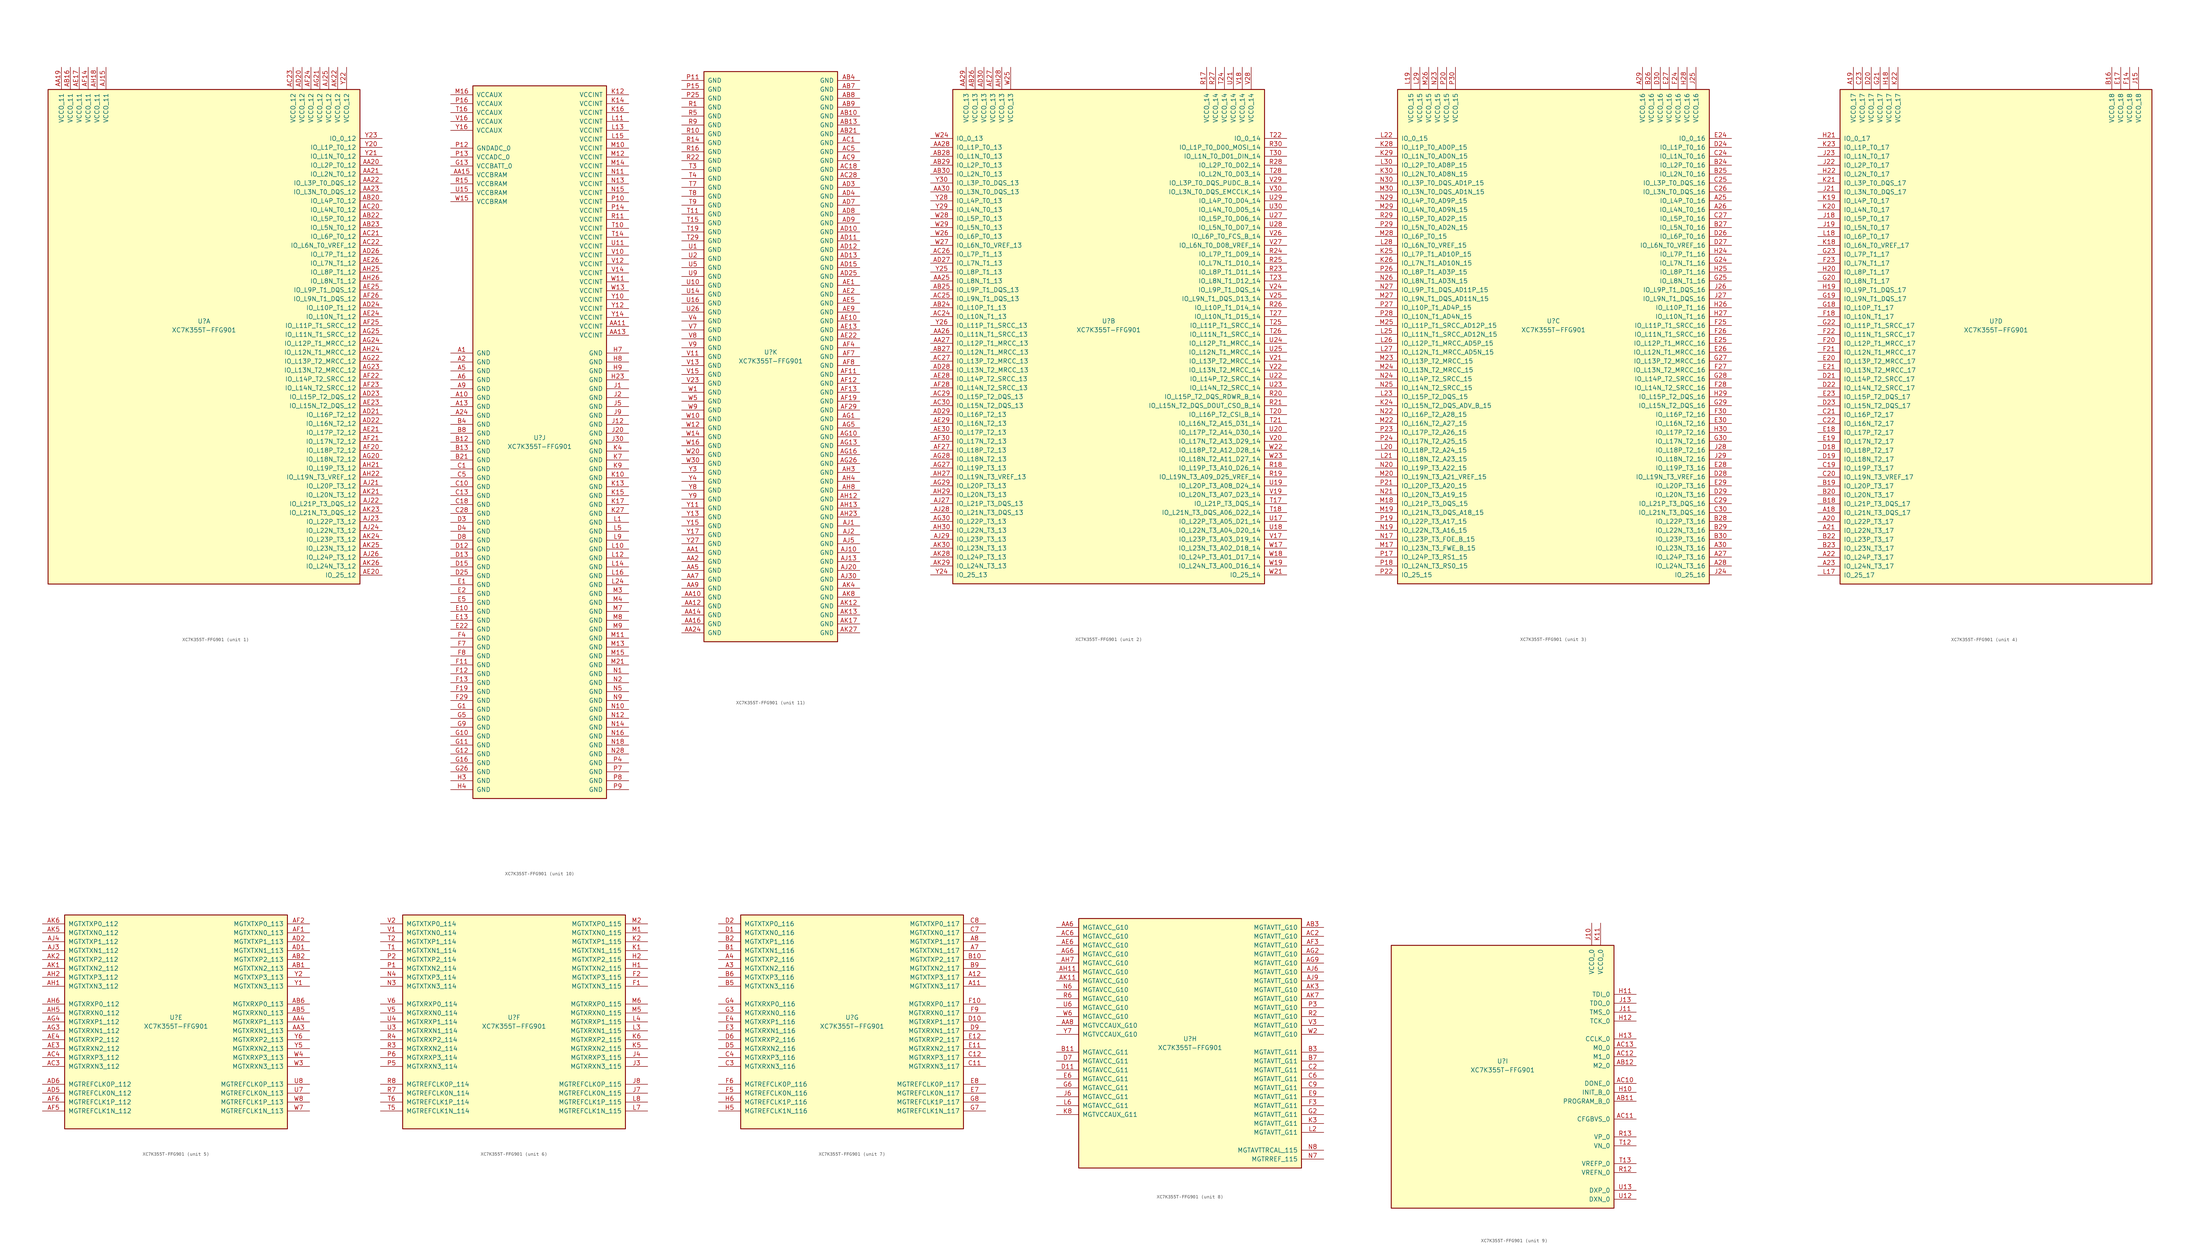
<source format=kicad_sym>
(kicad_symbol_lib
  (version 20201005)
  (generator kicad_symbol_editor)
  (symbol "XC7K355T-FFG901"
    (pin_names
      (offset 1.016))
    (property "Reference" "U"
      (at 0 1.27 0)
      (effects (font (size 1.27 1.27))))
    (property "Value" "XC7K355T-FFG901"
      (at 0 -1.27 0)
      (effects (font (size 1.27 1.27))))
    (property "Datasheet" ""
      (at 0 0 0)
      (effects (font (size 1.27 1.27))))
    (property "ki_locked" ""
      (at 0 0 0)
      (effects (font (size 1.27 1.27))))
    (symbol "XC7K355T-FFG901_1_1"
      (rectangle (start -44.45 67.31) (end 44.45 -73.66) (stroke (width 0.254)) (fill (type background)))
      (pin power_in line (at -40.64 73.66 270) (length 6.35) (name "VCCO_11" (effects (font (size 1.27 1.27)))) (number "AA19" (effects (font (size 1.27 1.27)))))
      (pin bidirectional line (at 50.8 45.72 180) (length 6.35) (name "IO_L2P_T0_12" (effects (font (size 1.27 1.27)))) (number "AA20" (effects (font (size 1.27 1.27)))))
      (pin bidirectional line (at 50.8 43.18 180) (length 6.35) (name "IO_L2N_T0_12" (effects (font (size 1.27 1.27)))) (number "AA21" (effects (font (size 1.27 1.27)))))
      (pin bidirectional line (at 50.8 40.64 180) (length 6.35) (name "IO_L3P_T0_DQS_12" (effects (font (size 1.27 1.27)))) (number "AA22" (effects (font (size 1.27 1.27)))))
      (pin bidirectional line (at 50.8 38.1 180) (length 6.35) (name "IO_L3N_T0_DQS_12" (effects (font (size 1.27 1.27)))) (number "AA23" (effects (font (size 1.27 1.27)))))
      (pin power_in line (at -38.1 73.66 270) (length 6.35) (name "VCCO_11" (effects (font (size 1.27 1.27)))) (number "AB16" (effects (font (size 1.27 1.27)))))
      (pin bidirectional line (at 50.8 35.56 180) (length 6.35) (name "IO_L4P_T0_12" (effects (font (size 1.27 1.27)))) (number "AB20" (effects (font (size 1.27 1.27)))))
      (pin bidirectional line (at 50.8 30.48 180) (length 6.35) (name "IO_L5P_T0_12" (effects (font (size 1.27 1.27)))) (number "AB22" (effects (font (size 1.27 1.27)))))
      (pin bidirectional line (at 50.8 27.94 180) (length 6.35) (name "IO_L5N_T0_12" (effects (font (size 1.27 1.27)))) (number "AB23" (effects (font (size 1.27 1.27)))))
      (pin bidirectional line (at 50.8 33.02 180) (length 6.35) (name "IO_L4N_T0_12" (effects (font (size 1.27 1.27)))) (number "AC20" (effects (font (size 1.27 1.27)))))
      (pin bidirectional line (at 50.8 25.4 180) (length 6.35) (name "IO_L6P_T0_12" (effects (font (size 1.27 1.27)))) (number "AC21" (effects (font (size 1.27 1.27)))))
      (pin bidirectional line (at 50.8 22.86 180) (length 6.35) (name "IO_L6N_T0_VREF_12" (effects (font (size 1.27 1.27)))) (number "AC22" (effects (font (size 1.27 1.27)))))
      (pin power_in line (at 25.4 73.66 270) (length 6.35) (name "VCCO_12" (effects (font (size 1.27 1.27)))) (number "AC23" (effects (font (size 1.27 1.27)))))
      (pin power_in line (at 27.94 73.66 270) (length 6.35) (name "VCCO_12" (effects (font (size 1.27 1.27)))) (number "AD20" (effects (font (size 1.27 1.27)))))
      (pin bidirectional line (at 50.8 -25.4 180) (length 6.35) (name "IO_L16P_T2_12" (effects (font (size 1.27 1.27)))) (number "AD21" (effects (font (size 1.27 1.27)))))
      (pin bidirectional line (at 50.8 -27.94 180) (length 6.35) (name "IO_L16N_T2_12" (effects (font (size 1.27 1.27)))) (number "AD22" (effects (font (size 1.27 1.27)))))
      (pin bidirectional line (at 50.8 -20.32 180) (length 6.35) (name "IO_L15P_T2_DQS_12" (effects (font (size 1.27 1.27)))) (number "AD23" (effects (font (size 1.27 1.27)))))
      (pin bidirectional line (at 50.8 5.08 180) (length 6.35) (name "IO_L10P_T1_12" (effects (font (size 1.27 1.27)))) (number "AD24" (effects (font (size 1.27 1.27)))))
      (pin bidirectional line (at 50.8 20.32 180) (length 6.35) (name "IO_L7P_T1_12" (effects (font (size 1.27 1.27)))) (number "AD26" (effects (font (size 1.27 1.27)))))
      (pin power_in line (at -35.56 73.66 270) (length 6.35) (name "VCCO_11" (effects (font (size 1.27 1.27)))) (number "AE17" (effects (font (size 1.27 1.27)))))
      (pin bidirectional line (at 50.8 -71.12 180) (length 6.35) (name "IO_25_12" (effects (font (size 1.27 1.27)))) (number "AE20" (effects (font (size 1.27 1.27)))))
      (pin bidirectional line (at 50.8 -30.48 180) (length 6.35) (name "IO_L17P_T2_12" (effects (font (size 1.27 1.27)))) (number "AE21" (effects (font (size 1.27 1.27)))))
      (pin bidirectional line (at 50.8 -22.86 180) (length 6.35) (name "IO_L15N_T2_DQS_12" (effects (font (size 1.27 1.27)))) (number "AE23" (effects (font (size 1.27 1.27)))))
      (pin bidirectional line (at 50.8 2.54 180) (length 6.35) (name "IO_L10N_T1_12" (effects (font (size 1.27 1.27)))) (number "AE24" (effects (font (size 1.27 1.27)))))
      (pin bidirectional line (at 50.8 10.16 180) (length 6.35) (name "IO_L9P_T1_DQS_12" (effects (font (size 1.27 1.27)))) (number "AE25" (effects (font (size 1.27 1.27)))))
      (pin bidirectional line (at 50.8 17.78 180) (length 6.35) (name "IO_L7N_T1_12" (effects (font (size 1.27 1.27)))) (number "AE26" (effects (font (size 1.27 1.27)))))
      (pin power_in line (at -33.02 73.66 270) (length 6.35) (name "VCCO_11" (effects (font (size 1.27 1.27)))) (number "AF14" (effects (font (size 1.27 1.27)))))
      (pin bidirectional line (at 50.8 -35.56 180) (length 6.35) (name "IO_L18P_T2_12" (effects (font (size 1.27 1.27)))) (number "AF20" (effects (font (size 1.27 1.27)))))
      (pin bidirectional line (at 50.8 -33.02 180) (length 6.35) (name "IO_L17N_T2_12" (effects (font (size 1.27 1.27)))) (number "AF21" (effects (font (size 1.27 1.27)))))
      (pin bidirectional line (at 50.8 -15.24 180) (length 6.35) (name "IO_L14P_T2_SRCC_12" (effects (font (size 1.27 1.27)))) (number "AF22" (effects (font (size 1.27 1.27)))))
      (pin bidirectional line (at 50.8 -17.78 180) (length 6.35) (name "IO_L14N_T2_SRCC_12" (effects (font (size 1.27 1.27)))) (number "AF23" (effects (font (size 1.27 1.27)))))
      (pin power_in line (at 30.48 73.66 270) (length 6.35) (name "VCCO_12" (effects (font (size 1.27 1.27)))) (number "AF24" (effects (font (size 1.27 1.27)))))
      (pin bidirectional line (at 50.8 0 180) (length 6.35) (name "IO_L11P_T1_SRCC_12" (effects (font (size 1.27 1.27)))) (number "AF25" (effects (font (size 1.27 1.27)))))
      (pin bidirectional line (at 50.8 7.62 180) (length 6.35) (name "IO_L9N_T1_DQS_12" (effects (font (size 1.27 1.27)))) (number "AF26" (effects (font (size 1.27 1.27)))))
      (pin bidirectional line (at 50.8 -38.1 180) (length 6.35) (name "IO_L18N_T2_12" (effects (font (size 1.27 1.27)))) (number "AG20" (effects (font (size 1.27 1.27)))))
      (pin power_in line (at 33.02 73.66 270) (length 6.35) (name "VCCO_12" (effects (font (size 1.27 1.27)))) (number "AG21" (effects (font (size 1.27 1.27)))))
      (pin bidirectional line (at 50.8 -10.16 180) (length 6.35) (name "IO_L13P_T2_MRCC_12" (effects (font (size 1.27 1.27)))) (number "AG22" (effects (font (size 1.27 1.27)))))
      (pin bidirectional line (at 50.8 -12.7 180) (length 6.35) (name "IO_L13N_T2_MRCC_12" (effects (font (size 1.27 1.27)))) (number "AG23" (effects (font (size 1.27 1.27)))))
      (pin bidirectional line (at 50.8 -5.08 180) (length 6.35) (name "IO_L12P_T1_MRCC_12" (effects (font (size 1.27 1.27)))) (number "AG24" (effects (font (size 1.27 1.27)))))
      (pin bidirectional line (at 50.8 -2.54 180) (length 6.35) (name "IO_L11N_T1_SRCC_12" (effects (font (size 1.27 1.27)))) (number "AG25" (effects (font (size 1.27 1.27)))))
      (pin power_in line (at -30.48 73.66 270) (length 6.35) (name "VCCO_11" (effects (font (size 1.27 1.27)))) (number "AH18" (effects (font (size 1.27 1.27)))))
      (pin bidirectional line (at 50.8 -40.64 180) (length 6.35) (name "IO_L19P_T3_12" (effects (font (size 1.27 1.27)))) (number "AH21" (effects (font (size 1.27 1.27)))))
      (pin bidirectional line (at 50.8 -43.18 180) (length 6.35) (name "IO_L19N_T3_VREF_12" (effects (font (size 1.27 1.27)))) (number "AH22" (effects (font (size 1.27 1.27)))))
      (pin bidirectional line (at 50.8 -7.62 180) (length 6.35) (name "IO_L12N_T1_MRCC_12" (effects (font (size 1.27 1.27)))) (number "AH24" (effects (font (size 1.27 1.27)))))
      (pin bidirectional line (at 50.8 15.24 180) (length 6.35) (name "IO_L8P_T1_12" (effects (font (size 1.27 1.27)))) (number "AH25" (effects (font (size 1.27 1.27)))))
      (pin bidirectional line (at 50.8 12.7 180) (length 6.35) (name "IO_L8N_T1_12" (effects (font (size 1.27 1.27)))) (number "AH26" (effects (font (size 1.27 1.27)))))
      (pin power_in line (at -27.94 73.66 270) (length 6.35) (name "VCCO_11" (effects (font (size 1.27 1.27)))) (number "AJ15" (effects (font (size 1.27 1.27)))))
      (pin bidirectional line (at 50.8 -45.72 180) (length 6.35) (name "IO_L20P_T3_12" (effects (font (size 1.27 1.27)))) (number "AJ21" (effects (font (size 1.27 1.27)))))
      (pin bidirectional line (at 50.8 -50.8 180) (length 6.35) (name "IO_L21P_T3_DQS_12" (effects (font (size 1.27 1.27)))) (number "AJ22" (effects (font (size 1.27 1.27)))))
      (pin bidirectional line (at 50.8 -55.88 180) (length 6.35) (name "IO_L22P_T3_12" (effects (font (size 1.27 1.27)))) (number "AJ23" (effects (font (size 1.27 1.27)))))
      (pin bidirectional line (at 50.8 -58.42 180) (length 6.35) (name "IO_L22N_T3_12" (effects (font (size 1.27 1.27)))) (number "AJ24" (effects (font (size 1.27 1.27)))))
      (pin power_in line (at 35.56 73.66 270) (length 6.35) (name "VCCO_12" (effects (font (size 1.27 1.27)))) (number "AJ25" (effects (font (size 1.27 1.27)))))
      (pin bidirectional line (at 50.8 -66.04 180) (length 6.35) (name "IO_L24P_T3_12" (effects (font (size 1.27 1.27)))) (number "AJ26" (effects (font (size 1.27 1.27)))))
      (pin bidirectional line (at 50.8 -48.26 180) (length 6.35) (name "IO_L20N_T3_12" (effects (font (size 1.27 1.27)))) (number "AK21" (effects (font (size 1.27 1.27)))))
      (pin power_in line (at 38.1 73.66 270) (length 6.35) (name "VCCO_12" (effects (font (size 1.27 1.27)))) (number "AK22" (effects (font (size 1.27 1.27)))))
      (pin bidirectional line (at 50.8 -53.34 180) (length 6.35) (name "IO_L21N_T3_DQS_12" (effects (font (size 1.27 1.27)))) (number "AK23" (effects (font (size 1.27 1.27)))))
      (pin bidirectional line (at 50.8 -60.96 180) (length 6.35) (name "IO_L23P_T3_12" (effects (font (size 1.27 1.27)))) (number "AK24" (effects (font (size 1.27 1.27)))))
      (pin bidirectional line (at 50.8 -63.5 180) (length 6.35) (name "IO_L23N_T3_12" (effects (font (size 1.27 1.27)))) (number "AK25" (effects (font (size 1.27 1.27)))))
      (pin bidirectional line (at 50.8 -68.58 180) (length 6.35) (name "IO_L24N_T3_12" (effects (font (size 1.27 1.27)))) (number "AK26" (effects (font (size 1.27 1.27)))))
      (pin bidirectional line (at 50.8 50.8 180) (length 6.35) (name "IO_L1P_T0_12" (effects (font (size 1.27 1.27)))) (number "Y20" (effects (font (size 1.27 1.27)))))
      (pin bidirectional line (at 50.8 48.26 180) (length 6.35) (name "IO_L1N_T0_12" (effects (font (size 1.27 1.27)))) (number "Y21" (effects (font (size 1.27 1.27)))))
      (pin power_in line (at 40.64 73.66 270) (length 6.35) (name "VCCO_12" (effects (font (size 1.27 1.27)))) (number "Y22" (effects (font (size 1.27 1.27)))))
      (pin bidirectional line (at 50.8 53.34 180) (length 6.35) (name "IO_0_12" (effects (font (size 1.27 1.27)))) (number "Y23" (effects (font (size 1.27 1.27))))))
    (symbol "XC7K355T-FFG901_2_1"
      (rectangle (start -44.45 67.31) (end 44.45 -73.66) (stroke (width 0.254)) (fill (type background)))
      (pin bidirectional line (at -50.8 12.7 0) (length 6.35) (name "IO_L8N_T1_13" (effects (font (size 1.27 1.27)))) (number "AA25" (effects (font (size 1.27 1.27)))))
      (pin bidirectional line (at -50.8 -2.54 0) (length 6.35) (name "IO_L11N_T1_SRCC_13" (effects (font (size 1.27 1.27)))) (number "AA26" (effects (font (size 1.27 1.27)))))
      (pin bidirectional line (at -50.8 -5.08 0) (length 6.35) (name "IO_L12P_T1_MRCC_13" (effects (font (size 1.27 1.27)))) (number "AA27" (effects (font (size 1.27 1.27)))))
      (pin bidirectional line (at -50.8 50.8 0) (length 6.35) (name "IO_L1P_T0_13" (effects (font (size 1.27 1.27)))) (number "AA28" (effects (font (size 1.27 1.27)))))
      (pin power_in line (at -40.64 73.66 270) (length 6.35) (name "VCCO_13" (effects (font (size 1.27 1.27)))) (number "AA29" (effects (font (size 1.27 1.27)))))
      (pin bidirectional line (at -50.8 38.1 0) (length 6.35) (name "IO_L3N_T0_DQS_13" (effects (font (size 1.27 1.27)))) (number "AA30" (effects (font (size 1.27 1.27)))))
      (pin bidirectional line (at -50.8 5.08 0) (length 6.35) (name "IO_L10P_T1_13" (effects (font (size 1.27 1.27)))) (number "AB24" (effects (font (size 1.27 1.27)))))
      (pin bidirectional line (at -50.8 10.16 0) (length 6.35) (name "IO_L9P_T1_DQS_13" (effects (font (size 1.27 1.27)))) (number "AB25" (effects (font (size 1.27 1.27)))))
      (pin power_in line (at -38.1 73.66 270) (length 6.35) (name "VCCO_13" (effects (font (size 1.27 1.27)))) (number "AB26" (effects (font (size 1.27 1.27)))))
      (pin bidirectional line (at -50.8 -7.62 0) (length 6.35) (name "IO_L12N_T1_MRCC_13" (effects (font (size 1.27 1.27)))) (number "AB27" (effects (font (size 1.27 1.27)))))
      (pin bidirectional line (at -50.8 48.26 0) (length 6.35) (name "IO_L1N_T0_13" (effects (font (size 1.27 1.27)))) (number "AB28" (effects (font (size 1.27 1.27)))))
      (pin bidirectional line (at -50.8 45.72 0) (length 6.35) (name "IO_L2P_T0_13" (effects (font (size 1.27 1.27)))) (number "AB29" (effects (font (size 1.27 1.27)))))
      (pin bidirectional line (at -50.8 43.18 0) (length 6.35) (name "IO_L2N_T0_13" (effects (font (size 1.27 1.27)))) (number "AB30" (effects (font (size 1.27 1.27)))))
      (pin bidirectional line (at -50.8 2.54 0) (length 6.35) (name "IO_L10N_T1_13" (effects (font (size 1.27 1.27)))) (number "AC24" (effects (font (size 1.27 1.27)))))
      (pin bidirectional line (at -50.8 7.62 0) (length 6.35) (name "IO_L9N_T1_DQS_13" (effects (font (size 1.27 1.27)))) (number "AC25" (effects (font (size 1.27 1.27)))))
      (pin bidirectional line (at -50.8 20.32 0) (length 6.35) (name "IO_L7P_T1_13" (effects (font (size 1.27 1.27)))) (number "AC26" (effects (font (size 1.27 1.27)))))
      (pin bidirectional line (at -50.8 -10.16 0) (length 6.35) (name "IO_L13P_T2_MRCC_13" (effects (font (size 1.27 1.27)))) (number "AC27" (effects (font (size 1.27 1.27)))))
      (pin bidirectional line (at -50.8 -20.32 0) (length 6.35) (name "IO_L15P_T2_DQS_13" (effects (font (size 1.27 1.27)))) (number "AC29" (effects (font (size 1.27 1.27)))))
      (pin bidirectional line (at -50.8 -22.86 0) (length 6.35) (name "IO_L15N_T2_DQS_13" (effects (font (size 1.27 1.27)))) (number "AC30" (effects (font (size 1.27 1.27)))))
      (pin bidirectional line (at -50.8 17.78 0) (length 6.35) (name "IO_L7N_T1_13" (effects (font (size 1.27 1.27)))) (number "AD27" (effects (font (size 1.27 1.27)))))
      (pin bidirectional line (at -50.8 -12.7 0) (length 6.35) (name "IO_L13N_T2_MRCC_13" (effects (font (size 1.27 1.27)))) (number "AD28" (effects (font (size 1.27 1.27)))))
      (pin bidirectional line (at -50.8 -25.4 0) (length 6.35) (name "IO_L16P_T2_13" (effects (font (size 1.27 1.27)))) (number "AD29" (effects (font (size 1.27 1.27)))))
      (pin power_in line (at -35.56 73.66 270) (length 6.35) (name "VCCO_13" (effects (font (size 1.27 1.27)))) (number "AD30" (effects (font (size 1.27 1.27)))))
      (pin power_in line (at -33.02 73.66 270) (length 6.35) (name "VCCO_13" (effects (font (size 1.27 1.27)))) (number "AE27" (effects (font (size 1.27 1.27)))))
      (pin bidirectional line (at -50.8 -15.24 0) (length 6.35) (name "IO_L14P_T2_SRCC_13" (effects (font (size 1.27 1.27)))) (number "AE28" (effects (font (size 1.27 1.27)))))
      (pin bidirectional line (at -50.8 -27.94 0) (length 6.35) (name "IO_L16N_T2_13" (effects (font (size 1.27 1.27)))) (number "AE29" (effects (font (size 1.27 1.27)))))
      (pin bidirectional line (at -50.8 -30.48 0) (length 6.35) (name "IO_L17P_T2_13" (effects (font (size 1.27 1.27)))) (number "AE30" (effects (font (size 1.27 1.27)))))
      (pin bidirectional line (at -50.8 -35.56 0) (length 6.35) (name "IO_L18P_T2_13" (effects (font (size 1.27 1.27)))) (number "AF27" (effects (font (size 1.27 1.27)))))
      (pin bidirectional line (at -50.8 -17.78 0) (length 6.35) (name "IO_L14N_T2_SRCC_13" (effects (font (size 1.27 1.27)))) (number "AF28" (effects (font (size 1.27 1.27)))))
      (pin bidirectional line (at -50.8 -33.02 0) (length 6.35) (name "IO_L17N_T2_13" (effects (font (size 1.27 1.27)))) (number "AF30" (effects (font (size 1.27 1.27)))))
      (pin bidirectional line (at -50.8 -40.64 0) (length 6.35) (name "IO_L19P_T3_13" (effects (font (size 1.27 1.27)))) (number "AG27" (effects (font (size 1.27 1.27)))))
      (pin bidirectional line (at -50.8 -38.1 0) (length 6.35) (name "IO_L18N_T2_13" (effects (font (size 1.27 1.27)))) (number "AG28" (effects (font (size 1.27 1.27)))))
      (pin bidirectional line (at -50.8 -45.72 0) (length 6.35) (name "IO_L20P_T3_13" (effects (font (size 1.27 1.27)))) (number "AG29" (effects (font (size 1.27 1.27)))))
      (pin bidirectional line (at -50.8 -55.88 0) (length 6.35) (name "IO_L22P_T3_13" (effects (font (size 1.27 1.27)))) (number "AG30" (effects (font (size 1.27 1.27)))))
      (pin bidirectional line (at -50.8 -43.18 0) (length 6.35) (name "IO_L19N_T3_VREF_13" (effects (font (size 1.27 1.27)))) (number "AH27" (effects (font (size 1.27 1.27)))))
      (pin power_in line (at -30.48 73.66 270) (length 6.35) (name "VCCO_13" (effects (font (size 1.27 1.27)))) (number "AH28" (effects (font (size 1.27 1.27)))))
      (pin bidirectional line (at -50.8 -48.26 0) (length 6.35) (name "IO_L20N_T3_13" (effects (font (size 1.27 1.27)))) (number "AH29" (effects (font (size 1.27 1.27)))))
      (pin bidirectional line (at -50.8 -58.42 0) (length 6.35) (name "IO_L22N_T3_13" (effects (font (size 1.27 1.27)))) (number "AH30" (effects (font (size 1.27 1.27)))))
      (pin bidirectional line (at -50.8 -50.8 0) (length 6.35) (name "IO_L21P_T3_DQS_13" (effects (font (size 1.27 1.27)))) (number "AJ27" (effects (font (size 1.27 1.27)))))
      (pin bidirectional line (at -50.8 -53.34 0) (length 6.35) (name "IO_L21N_T3_DQS_13" (effects (font (size 1.27 1.27)))) (number "AJ28" (effects (font (size 1.27 1.27)))))
      (pin bidirectional line (at -50.8 -60.96 0) (length 6.35) (name "IO_L23P_T3_13" (effects (font (size 1.27 1.27)))) (number "AJ29" (effects (font (size 1.27 1.27)))))
      (pin bidirectional line (at -50.8 -66.04 0) (length 6.35) (name "IO_L24P_T3_13" (effects (font (size 1.27 1.27)))) (number "AK28" (effects (font (size 1.27 1.27)))))
      (pin bidirectional line (at -50.8 -68.58 0) (length 6.35) (name "IO_L24N_T3_13" (effects (font (size 1.27 1.27)))) (number "AK29" (effects (font (size 1.27 1.27)))))
      (pin bidirectional line (at -50.8 -63.5 0) (length 6.35) (name "IO_L23N_T3_13" (effects (font (size 1.27 1.27)))) (number "AK30" (effects (font (size 1.27 1.27)))))
      (pin power_in line (at 27.94 73.66 270) (length 6.35) (name "VCCO_14" (effects (font (size 1.27 1.27)))) (number "R17" (effects (font (size 1.27 1.27)))))
      (pin bidirectional line (at 50.8 -40.64 180) (length 6.35) (name "IO_L19P_T3_A10_D26_14" (effects (font (size 1.27 1.27)))) (number "R18" (effects (font (size 1.27 1.27)))))
      (pin bidirectional line (at 50.8 -43.18 180) (length 6.35) (name "IO_L19N_T3_A09_D25_VREF_14" (effects (font (size 1.27 1.27)))) (number "R19" (effects (font (size 1.27 1.27)))))
      (pin bidirectional line (at 50.8 -20.32 180) (length 6.35) (name "IO_L15P_T2_DQS_RDWR_B_14" (effects (font (size 1.27 1.27)))) (number "R20" (effects (font (size 1.27 1.27)))))
      (pin bidirectional line (at 50.8 -22.86 180) (length 6.35) (name "IO_L15N_T2_DQS_DOUT_CSO_B_14" (effects (font (size 1.27 1.27)))) (number "R21" (effects (font (size 1.27 1.27)))))
      (pin bidirectional line (at 50.8 15.24 180) (length 6.35) (name "IO_L8P_T1_D11_14" (effects (font (size 1.27 1.27)))) (number "R23" (effects (font (size 1.27 1.27)))))
      (pin bidirectional line (at 50.8 20.32 180) (length 6.35) (name "IO_L7P_T1_D09_14" (effects (font (size 1.27 1.27)))) (number "R24" (effects (font (size 1.27 1.27)))))
      (pin bidirectional line (at 50.8 17.78 180) (length 6.35) (name "IO_L7N_T1_D10_14" (effects (font (size 1.27 1.27)))) (number "R25" (effects (font (size 1.27 1.27)))))
      (pin bidirectional line (at 50.8 5.08 180) (length 6.35) (name "IO_L10P_T1_D14_14" (effects (font (size 1.27 1.27)))) (number "R26" (effects (font (size 1.27 1.27)))))
      (pin power_in line (at 30.48 73.66 270) (length 6.35) (name "VCCO_14" (effects (font (size 1.27 1.27)))) (number "R27" (effects (font (size 1.27 1.27)))))
      (pin bidirectional line (at 50.8 45.72 180) (length 6.35) (name "IO_L2P_T0_D02_14" (effects (font (size 1.27 1.27)))) (number "R28" (effects (font (size 1.27 1.27)))))
      (pin bidirectional line (at 50.8 50.8 180) (length 6.35) (name "IO_L1P_T0_D00_MOSI_14" (effects (font (size 1.27 1.27)))) (number "R30" (effects (font (size 1.27 1.27)))))
      (pin bidirectional line (at 50.8 -50.8 180) (length 6.35) (name "IO_L21P_T3_DQS_14" (effects (font (size 1.27 1.27)))) (number "T17" (effects (font (size 1.27 1.27)))))
      (pin bidirectional line (at 50.8 -53.34 180) (length 6.35) (name "IO_L21N_T3_DQS_A06_D22_14" (effects (font (size 1.27 1.27)))) (number "T18" (effects (font (size 1.27 1.27)))))
      (pin bidirectional line (at 50.8 -25.4 180) (length 6.35) (name "IO_L16P_T2_CSI_B_14" (effects (font (size 1.27 1.27)))) (number "T20" (effects (font (size 1.27 1.27)))))
      (pin bidirectional line (at 50.8 -27.94 180) (length 6.35) (name "IO_L16N_T2_A15_D31_14" (effects (font (size 1.27 1.27)))) (number "T21" (effects (font (size 1.27 1.27)))))
      (pin bidirectional line (at 50.8 53.34 180) (length 6.35) (name "IO_0_14" (effects (font (size 1.27 1.27)))) (number "T22" (effects (font (size 1.27 1.27)))))
      (pin bidirectional line (at 50.8 12.7 180) (length 6.35) (name "IO_L8N_T1_D12_14" (effects (font (size 1.27 1.27)))) (number "T23" (effects (font (size 1.27 1.27)))))
      (pin power_in line (at 33.02 73.66 270) (length 6.35) (name "VCCO_14" (effects (font (size 1.27 1.27)))) (number "T24" (effects (font (size 1.27 1.27)))))
      (pin bidirectional line (at 50.8 0 180) (length 6.35) (name "IO_L11P_T1_SRCC_14" (effects (font (size 1.27 1.27)))) (number "T25" (effects (font (size 1.27 1.27)))))
      (pin bidirectional line (at 50.8 -2.54 180) (length 6.35) (name "IO_L11N_T1_SRCC_14" (effects (font (size 1.27 1.27)))) (number "T26" (effects (font (size 1.27 1.27)))))
      (pin bidirectional line (at 50.8 2.54 180) (length 6.35) (name "IO_L10N_T1_D15_14" (effects (font (size 1.27 1.27)))) (number "T27" (effects (font (size 1.27 1.27)))))
      (pin bidirectional line (at 50.8 43.18 180) (length 6.35) (name "IO_L2N_T0_D03_14" (effects (font (size 1.27 1.27)))) (number "T28" (effects (font (size 1.27 1.27)))))
      (pin bidirectional line (at 50.8 48.26 180) (length 6.35) (name "IO_L1N_T0_D01_DIN_14" (effects (font (size 1.27 1.27)))) (number "T30" (effects (font (size 1.27 1.27)))))
      (pin bidirectional line (at 50.8 -55.88 180) (length 6.35) (name "IO_L22P_T3_A05_D21_14" (effects (font (size 1.27 1.27)))) (number "U17" (effects (font (size 1.27 1.27)))))
      (pin bidirectional line (at 50.8 -58.42 180) (length 6.35) (name "IO_L22N_T3_A04_D20_14" (effects (font (size 1.27 1.27)))) (number "U18" (effects (font (size 1.27 1.27)))))
      (pin bidirectional line (at 50.8 -45.72 180) (length 6.35) (name "IO_L20P_T3_A08_D24_14" (effects (font (size 1.27 1.27)))) (number "U19" (effects (font (size 1.27 1.27)))))
      (pin bidirectional line (at 50.8 -30.48 180) (length 6.35) (name "IO_L17P_T2_A14_D30_14" (effects (font (size 1.27 1.27)))) (number "U20" (effects (font (size 1.27 1.27)))))
      (pin power_in line (at 35.56 73.66 270) (length 6.35) (name "VCCO_14" (effects (font (size 1.27 1.27)))) (number "U21" (effects (font (size 1.27 1.27)))))
      (pin bidirectional line (at 50.8 -15.24 180) (length 6.35) (name "IO_L14P_T2_SRCC_14" (effects (font (size 1.27 1.27)))) (number "U22" (effects (font (size 1.27 1.27)))))
      (pin bidirectional line (at 50.8 -17.78 180) (length 6.35) (name "IO_L14N_T2_SRCC_14" (effects (font (size 1.27 1.27)))) (number "U23" (effects (font (size 1.27 1.27)))))
      (pin bidirectional line (at 50.8 -5.08 180) (length 6.35) (name "IO_L12P_T1_MRCC_14" (effects (font (size 1.27 1.27)))) (number "U24" (effects (font (size 1.27 1.27)))))
      (pin bidirectional line (at 50.8 -7.62 180) (length 6.35) (name "IO_L12N_T1_MRCC_14" (effects (font (size 1.27 1.27)))) (number "U25" (effects (font (size 1.27 1.27)))))
      (pin bidirectional line (at 50.8 30.48 180) (length 6.35) (name "IO_L5P_T0_D06_14" (effects (font (size 1.27 1.27)))) (number "U27" (effects (font (size 1.27 1.27)))))
      (pin bidirectional line (at 50.8 27.94 180) (length 6.35) (name "IO_L5N_T0_D07_14" (effects (font (size 1.27 1.27)))) (number "U28" (effects (font (size 1.27 1.27)))))
      (pin bidirectional line (at 50.8 35.56 180) (length 6.35) (name "IO_L4P_T0_D04_14" (effects (font (size 1.27 1.27)))) (number "U29" (effects (font (size 1.27 1.27)))))
      (pin bidirectional line (at 50.8 33.02 180) (length 6.35) (name "IO_L4N_T0_D05_14" (effects (font (size 1.27 1.27)))) (number "U30" (effects (font (size 1.27 1.27)))))
      (pin bidirectional line (at 50.8 -60.96 180) (length 6.35) (name "IO_L23P_T3_A03_D19_14" (effects (font (size 1.27 1.27)))) (number "V17" (effects (font (size 1.27 1.27)))))
      (pin power_in line (at 38.1 73.66 270) (length 6.35) (name "VCCO_14" (effects (font (size 1.27 1.27)))) (number "V18" (effects (font (size 1.27 1.27)))))
      (pin bidirectional line (at 50.8 -48.26 180) (length 6.35) (name "IO_L20N_T3_A07_D23_14" (effects (font (size 1.27 1.27)))) (number "V19" (effects (font (size 1.27 1.27)))))
      (pin bidirectional line (at 50.8 -33.02 180) (length 6.35) (name "IO_L17N_T2_A13_D29_14" (effects (font (size 1.27 1.27)))) (number "V20" (effects (font (size 1.27 1.27)))))
      (pin bidirectional line (at 50.8 -10.16 180) (length 6.35) (name "IO_L13P_T2_MRCC_14" (effects (font (size 1.27 1.27)))) (number "V21" (effects (font (size 1.27 1.27)))))
      (pin bidirectional line (at 50.8 -12.7 180) (length 6.35) (name "IO_L13N_T2_MRCC_14" (effects (font (size 1.27 1.27)))) (number "V22" (effects (font (size 1.27 1.27)))))
      (pin bidirectional line (at 50.8 10.16 180) (length 6.35) (name "IO_L9P_T1_DQS_14" (effects (font (size 1.27 1.27)))) (number "V24" (effects (font (size 1.27 1.27)))))
      (pin bidirectional line (at 50.8 7.62 180) (length 6.35) (name "IO_L9N_T1_DQS_D13_14" (effects (font (size 1.27 1.27)))) (number "V25" (effects (font (size 1.27 1.27)))))
      (pin bidirectional line (at 50.8 25.4 180) (length 6.35) (name "IO_L6P_T0_FCS_B_14" (effects (font (size 1.27 1.27)))) (number "V26" (effects (font (size 1.27 1.27)))))
      (pin bidirectional line (at 50.8 22.86 180) (length 6.35) (name "IO_L6N_T0_D08_VREF_14" (effects (font (size 1.27 1.27)))) (number "V27" (effects (font (size 1.27 1.27)))))
      (pin power_in line (at 40.64 73.66 270) (length 6.35) (name "VCCO_14" (effects (font (size 1.27 1.27)))) (number "V28" (effects (font (size 1.27 1.27)))))
      (pin bidirectional line (at 50.8 40.64 180) (length 6.35) (name "IO_L3P_T0_DQS_PUDC_B_14" (effects (font (size 1.27 1.27)))) (number "V29" (effects (font (size 1.27 1.27)))))
      (pin bidirectional line (at 50.8 38.1 180) (length 6.35) (name "IO_L3N_T0_DQS_EMCCLK_14" (effects (font (size 1.27 1.27)))) (number "V30" (effects (font (size 1.27 1.27)))))
      (pin bidirectional line (at 50.8 -63.5 180) (length 6.35) (name "IO_L23N_T3_A02_D18_14" (effects (font (size 1.27 1.27)))) (number "W17" (effects (font (size 1.27 1.27)))))
      (pin bidirectional line (at 50.8 -66.04 180) (length 6.35) (name "IO_L24P_T3_A01_D17_14" (effects (font (size 1.27 1.27)))) (number "W18" (effects (font (size 1.27 1.27)))))
      (pin bidirectional line (at 50.8 -68.58 180) (length 6.35) (name "IO_L24N_T3_A00_D16_14" (effects (font (size 1.27 1.27)))) (number "W19" (effects (font (size 1.27 1.27)))))
      (pin bidirectional line (at 50.8 -71.12 180) (length 6.35) (name "IO_25_14" (effects (font (size 1.27 1.27)))) (number "W21" (effects (font (size 1.27 1.27)))))
      (pin bidirectional line (at 50.8 -35.56 180) (length 6.35) (name "IO_L18P_T2_A12_D28_14" (effects (font (size 1.27 1.27)))) (number "W22" (effects (font (size 1.27 1.27)))))
      (pin bidirectional line (at 50.8 -38.1 180) (length 6.35) (name "IO_L18N_T2_A11_D27_14" (effects (font (size 1.27 1.27)))) (number "W23" (effects (font (size 1.27 1.27)))))
      (pin bidirectional line (at -50.8 53.34 0) (length 6.35) (name "IO_0_13" (effects (font (size 1.27 1.27)))) (number "W24" (effects (font (size 1.27 1.27)))))
      (pin power_in line (at -27.94 73.66 270) (length 6.35) (name "VCCO_13" (effects (font (size 1.27 1.27)))) (number "W25" (effects (font (size 1.27 1.27)))))
      (pin bidirectional line (at -50.8 25.4 0) (length 6.35) (name "IO_L6P_T0_13" (effects (font (size 1.27 1.27)))) (number "W26" (effects (font (size 1.27 1.27)))))
      (pin bidirectional line (at -50.8 22.86 0) (length 6.35) (name "IO_L6N_T0_VREF_13" (effects (font (size 1.27 1.27)))) (number "W27" (effects (font (size 1.27 1.27)))))
      (pin bidirectional line (at -50.8 30.48 0) (length 6.35) (name "IO_L5P_T0_13" (effects (font (size 1.27 1.27)))) (number "W28" (effects (font (size 1.27 1.27)))))
      (pin bidirectional line (at -50.8 27.94 0) (length 6.35) (name "IO_L5N_T0_13" (effects (font (size 1.27 1.27)))) (number "W29" (effects (font (size 1.27 1.27)))))
      (pin bidirectional line (at -50.8 -71.12 0) (length 6.35) (name "IO_25_13" (effects (font (size 1.27 1.27)))) (number "Y24" (effects (font (size 1.27 1.27)))))
      (pin bidirectional line (at -50.8 15.24 0) (length 6.35) (name "IO_L8P_T1_13" (effects (font (size 1.27 1.27)))) (number "Y25" (effects (font (size 1.27 1.27)))))
      (pin bidirectional line (at -50.8 0 0) (length 6.35) (name "IO_L11P_T1_SRCC_13" (effects (font (size 1.27 1.27)))) (number "Y26" (effects (font (size 1.27 1.27)))))
      (pin bidirectional line (at -50.8 35.56 0) (length 6.35) (name "IO_L4P_T0_13" (effects (font (size 1.27 1.27)))) (number "Y28" (effects (font (size 1.27 1.27)))))
      (pin bidirectional line (at -50.8 33.02 0) (length 6.35) (name "IO_L4N_T0_13" (effects (font (size 1.27 1.27)))) (number "Y29" (effects (font (size 1.27 1.27)))))
      (pin bidirectional line (at -50.8 40.64 0) (length 6.35) (name "IO_L3P_T0_DQS_13" (effects (font (size 1.27 1.27)))) (number "Y30" (effects (font (size 1.27 1.27))))))
    (symbol "XC7K355T-FFG901_3_1"
      (rectangle (start -44.45 67.31) (end 44.45 -73.66) (stroke (width 0.254)) (fill (type background)))
      (pin bidirectional line (at 50.8 35.56 180) (length 6.35) (name "IO_L4P_T0_16" (effects (font (size 1.27 1.27)))) (number "A25" (effects (font (size 1.27 1.27)))))
      (pin bidirectional line (at 50.8 33.02 180) (length 6.35) (name "IO_L4N_T0_16" (effects (font (size 1.27 1.27)))) (number "A26" (effects (font (size 1.27 1.27)))))
      (pin bidirectional line (at 50.8 -66.04 180) (length 6.35) (name "IO_L24P_T3_16" (effects (font (size 1.27 1.27)))) (number "A27" (effects (font (size 1.27 1.27)))))
      (pin bidirectional line (at 50.8 -68.58 180) (length 6.35) (name "IO_L24N_T3_16" (effects (font (size 1.27 1.27)))) (number "A28" (effects (font (size 1.27 1.27)))))
      (pin power_in line (at 25.4 73.66 270) (length 6.35) (name "VCCO_16" (effects (font (size 1.27 1.27)))) (number "A29" (effects (font (size 1.27 1.27)))))
      (pin bidirectional line (at 50.8 -63.5 180) (length 6.35) (name "IO_L23N_T3_16" (effects (font (size 1.27 1.27)))) (number "A30" (effects (font (size 1.27 1.27)))))
      (pin bidirectional line (at 50.8 45.72 180) (length 6.35) (name "IO_L2P_T0_16" (effects (font (size 1.27 1.27)))) (number "B24" (effects (font (size 1.27 1.27)))))
      (pin bidirectional line (at 50.8 43.18 180) (length 6.35) (name "IO_L2N_T0_16" (effects (font (size 1.27 1.27)))) (number "B25" (effects (font (size 1.27 1.27)))))
      (pin power_in line (at 27.94 73.66 270) (length 6.35) (name "VCCO_16" (effects (font (size 1.27 1.27)))) (number "B26" (effects (font (size 1.27 1.27)))))
      (pin bidirectional line (at 50.8 27.94 180) (length 6.35) (name "IO_L5N_T0_16" (effects (font (size 1.27 1.27)))) (number "B27" (effects (font (size 1.27 1.27)))))
      (pin bidirectional line (at 50.8 -55.88 180) (length 6.35) (name "IO_L22P_T3_16" (effects (font (size 1.27 1.27)))) (number "B28" (effects (font (size 1.27 1.27)))))
      (pin bidirectional line (at 50.8 -58.42 180) (length 6.35) (name "IO_L22N_T3_16" (effects (font (size 1.27 1.27)))) (number "B29" (effects (font (size 1.27 1.27)))))
      (pin bidirectional line (at 50.8 -60.96 180) (length 6.35) (name "IO_L23P_T3_16" (effects (font (size 1.27 1.27)))) (number "B30" (effects (font (size 1.27 1.27)))))
      (pin bidirectional line (at 50.8 48.26 180) (length 6.35) (name "IO_L1N_T0_16" (effects (font (size 1.27 1.27)))) (number "C24" (effects (font (size 1.27 1.27)))))
      (pin bidirectional line (at 50.8 40.64 180) (length 6.35) (name "IO_L3P_T0_DQS_16" (effects (font (size 1.27 1.27)))) (number "C25" (effects (font (size 1.27 1.27)))))
      (pin bidirectional line (at 50.8 38.1 180) (length 6.35) (name "IO_L3N_T0_DQS_16" (effects (font (size 1.27 1.27)))) (number "C26" (effects (font (size 1.27 1.27)))))
      (pin bidirectional line (at 50.8 30.48 180) (length 6.35) (name "IO_L5P_T0_16" (effects (font (size 1.27 1.27)))) (number "C27" (effects (font (size 1.27 1.27)))))
      (pin bidirectional line (at 50.8 -50.8 180) (length 6.35) (name "IO_L21P_T3_DQS_16" (effects (font (size 1.27 1.27)))) (number "C29" (effects (font (size 1.27 1.27)))))
      (pin bidirectional line (at 50.8 -53.34 180) (length 6.35) (name "IO_L21N_T3_DQS_16" (effects (font (size 1.27 1.27)))) (number "C30" (effects (font (size 1.27 1.27)))))
      (pin bidirectional line (at 50.8 50.8 180) (length 6.35) (name "IO_L1P_T0_16" (effects (font (size 1.27 1.27)))) (number "D24" (effects (font (size 1.27 1.27)))))
      (pin bidirectional line (at 50.8 25.4 180) (length 6.35) (name "IO_L6P_T0_16" (effects (font (size 1.27 1.27)))) (number "D26" (effects (font (size 1.27 1.27)))))
      (pin bidirectional line (at 50.8 22.86 180) (length 6.35) (name "IO_L6N_T0_VREF_16" (effects (font (size 1.27 1.27)))) (number "D27" (effects (font (size 1.27 1.27)))))
      (pin bidirectional line (at 50.8 -43.18 180) (length 6.35) (name "IO_L19N_T3_VREF_16" (effects (font (size 1.27 1.27)))) (number "D28" (effects (font (size 1.27 1.27)))))
      (pin bidirectional line (at 50.8 -48.26 180) (length 6.35) (name "IO_L20N_T3_16" (effects (font (size 1.27 1.27)))) (number "D29" (effects (font (size 1.27 1.27)))))
      (pin power_in line (at 30.48 73.66 270) (length 6.35) (name "VCCO_16" (effects (font (size 1.27 1.27)))) (number "D30" (effects (font (size 1.27 1.27)))))
      (pin bidirectional line (at 50.8 53.34 180) (length 6.35) (name "IO_0_16" (effects (font (size 1.27 1.27)))) (number "E24" (effects (font (size 1.27 1.27)))))
      (pin bidirectional line (at 50.8 -5.08 180) (length 6.35) (name "IO_L12P_T1_MRCC_16" (effects (font (size 1.27 1.27)))) (number "E25" (effects (font (size 1.27 1.27)))))
      (pin bidirectional line (at 50.8 -7.62 180) (length 6.35) (name "IO_L12N_T1_MRCC_16" (effects (font (size 1.27 1.27)))) (number "E26" (effects (font (size 1.27 1.27)))))
      (pin power_in line (at 33.02 73.66 270) (length 6.35) (name "VCCO_16" (effects (font (size 1.27 1.27)))) (number "E27" (effects (font (size 1.27 1.27)))))
      (pin bidirectional line (at 50.8 -40.64 180) (length 6.35) (name "IO_L19P_T3_16" (effects (font (size 1.27 1.27)))) (number "E28" (effects (font (size 1.27 1.27)))))
      (pin bidirectional line (at 50.8 -45.72 180) (length 6.35) (name "IO_L20P_T3_16" (effects (font (size 1.27 1.27)))) (number "E29" (effects (font (size 1.27 1.27)))))
      (pin bidirectional line (at 50.8 -27.94 180) (length 6.35) (name "IO_L16N_T2_16" (effects (font (size 1.27 1.27)))) (number "E30" (effects (font (size 1.27 1.27)))))
      (pin power_in line (at 35.56 73.66 270) (length 6.35) (name "VCCO_16" (effects (font (size 1.27 1.27)))) (number "F24" (effects (font (size 1.27 1.27)))))
      (pin bidirectional line (at 50.8 0 180) (length 6.35) (name "IO_L11P_T1_SRCC_16" (effects (font (size 1.27 1.27)))) (number "F25" (effects (font (size 1.27 1.27)))))
      (pin bidirectional line (at 50.8 -2.54 180) (length 6.35) (name "IO_L11N_T1_SRCC_16" (effects (font (size 1.27 1.27)))) (number "F26" (effects (font (size 1.27 1.27)))))
      (pin bidirectional line (at 50.8 -12.7 180) (length 6.35) (name "IO_L13N_T2_MRCC_16" (effects (font (size 1.27 1.27)))) (number "F27" (effects (font (size 1.27 1.27)))))
      (pin bidirectional line (at 50.8 -17.78 180) (length 6.35) (name "IO_L14N_T2_SRCC_16" (effects (font (size 1.27 1.27)))) (number "F28" (effects (font (size 1.27 1.27)))))
      (pin bidirectional line (at 50.8 -25.4 180) (length 6.35) (name "IO_L16P_T2_16" (effects (font (size 1.27 1.27)))) (number "F30" (effects (font (size 1.27 1.27)))))
      (pin bidirectional line (at 50.8 17.78 180) (length 6.35) (name "IO_L7N_T1_16" (effects (font (size 1.27 1.27)))) (number "G24" (effects (font (size 1.27 1.27)))))
      (pin bidirectional line (at 50.8 12.7 180) (length 6.35) (name "IO_L8N_T1_16" (effects (font (size 1.27 1.27)))) (number "G25" (effects (font (size 1.27 1.27)))))
      (pin bidirectional line (at 50.8 -10.16 180) (length 6.35) (name "IO_L13P_T2_MRCC_16" (effects (font (size 1.27 1.27)))) (number "G27" (effects (font (size 1.27 1.27)))))
      (pin bidirectional line (at 50.8 -15.24 180) (length 6.35) (name "IO_L14P_T2_SRCC_16" (effects (font (size 1.27 1.27)))) (number "G28" (effects (font (size 1.27 1.27)))))
      (pin bidirectional line (at 50.8 -22.86 180) (length 6.35) (name "IO_L15N_T2_DQS_16" (effects (font (size 1.27 1.27)))) (number "G29" (effects (font (size 1.27 1.27)))))
      (pin bidirectional line (at 50.8 -33.02 180) (length 6.35) (name "IO_L17N_T2_16" (effects (font (size 1.27 1.27)))) (number "G30" (effects (font (size 1.27 1.27)))))
      (pin bidirectional line (at 50.8 20.32 180) (length 6.35) (name "IO_L7P_T1_16" (effects (font (size 1.27 1.27)))) (number "H24" (effects (font (size 1.27 1.27)))))
      (pin bidirectional line (at 50.8 15.24 180) (length 6.35) (name "IO_L8P_T1_16" (effects (font (size 1.27 1.27)))) (number "H25" (effects (font (size 1.27 1.27)))))
      (pin bidirectional line (at 50.8 5.08 180) (length 6.35) (name "IO_L10P_T1_16" (effects (font (size 1.27 1.27)))) (number "H26" (effects (font (size 1.27 1.27)))))
      (pin bidirectional line (at 50.8 2.54 180) (length 6.35) (name "IO_L10N_T1_16" (effects (font (size 1.27 1.27)))) (number "H27" (effects (font (size 1.27 1.27)))))
      (pin power_in line (at 38.1 73.66 270) (length 6.35) (name "VCCO_16" (effects (font (size 1.27 1.27)))) (number "H28" (effects (font (size 1.27 1.27)))))
      (pin bidirectional line (at 50.8 -20.32 180) (length 6.35) (name "IO_L15P_T2_DQS_16" (effects (font (size 1.27 1.27)))) (number "H29" (effects (font (size 1.27 1.27)))))
      (pin bidirectional line (at 50.8 -30.48 180) (length 6.35) (name "IO_L17P_T2_16" (effects (font (size 1.27 1.27)))) (number "H30" (effects (font (size 1.27 1.27)))))
      (pin bidirectional line (at 50.8 -71.12 180) (length 6.35) (name "IO_25_16" (effects (font (size 1.27 1.27)))) (number "J24" (effects (font (size 1.27 1.27)))))
      (pin power_in line (at 40.64 73.66 270) (length 6.35) (name "VCCO_16" (effects (font (size 1.27 1.27)))) (number "J25" (effects (font (size 1.27 1.27)))))
      (pin bidirectional line (at 50.8 10.16 180) (length 6.35) (name "IO_L9P_T1_DQS_16" (effects (font (size 1.27 1.27)))) (number "J26" (effects (font (size 1.27 1.27)))))
      (pin bidirectional line (at 50.8 7.62 180) (length 6.35) (name "IO_L9N_T1_DQS_16" (effects (font (size 1.27 1.27)))) (number "J27" (effects (font (size 1.27 1.27)))))
      (pin bidirectional line (at 50.8 -35.56 180) (length 6.35) (name "IO_L18P_T2_16" (effects (font (size 1.27 1.27)))) (number "J28" (effects (font (size 1.27 1.27)))))
      (pin bidirectional line (at 50.8 -38.1 180) (length 6.35) (name "IO_L18N_T2_16" (effects (font (size 1.27 1.27)))) (number "J29" (effects (font (size 1.27 1.27)))))
      (pin bidirectional line (at -50.8 -22.86 0) (length 6.35) (name "IO_L15N_T2_DQS_ADV_B_15" (effects (font (size 1.27 1.27)))) (number "K24" (effects (font (size 1.27 1.27)))))
      (pin bidirectional line (at -50.8 20.32 0) (length 6.35) (name "IO_L7P_T1_AD10P_15" (effects (font (size 1.27 1.27)))) (number "K25" (effects (font (size 1.27 1.27)))))
      (pin bidirectional line (at -50.8 17.78 0) (length 6.35) (name "IO_L7N_T1_AD10N_15" (effects (font (size 1.27 1.27)))) (number "K26" (effects (font (size 1.27 1.27)))))
      (pin bidirectional line (at -50.8 50.8 0) (length 6.35) (name "IO_L1P_T0_AD0P_15" (effects (font (size 1.27 1.27)))) (number "K28" (effects (font (size 1.27 1.27)))))
      (pin bidirectional line (at -50.8 48.26 0) (length 6.35) (name "IO_L1N_T0_AD0N_15" (effects (font (size 1.27 1.27)))) (number "K29" (effects (font (size 1.27 1.27)))))
      (pin bidirectional line (at -50.8 43.18 0) (length 6.35) (name "IO_L2N_T0_AD8N_15" (effects (font (size 1.27 1.27)))) (number "K30" (effects (font (size 1.27 1.27)))))
      (pin power_in line (at -40.64 73.66 270) (length 6.35) (name "VCCO_15" (effects (font (size 1.27 1.27)))) (number "L19" (effects (font (size 1.27 1.27)))))
      (pin bidirectional line (at -50.8 -35.56 0) (length 6.35) (name "IO_L18P_T2_A24_15" (effects (font (size 1.27 1.27)))) (number "L20" (effects (font (size 1.27 1.27)))))
      (pin bidirectional line (at -50.8 -38.1 0) (length 6.35) (name "IO_L18N_T2_A23_15" (effects (font (size 1.27 1.27)))) (number "L21" (effects (font (size 1.27 1.27)))))
      (pin bidirectional line (at -50.8 53.34 0) (length 6.35) (name "IO_0_15" (effects (font (size 1.27 1.27)))) (number "L22" (effects (font (size 1.27 1.27)))))
      (pin bidirectional line (at -50.8 -20.32 0) (length 6.35) (name "IO_L15P_T2_DQS_15" (effects (font (size 1.27 1.27)))) (number "L23" (effects (font (size 1.27 1.27)))))
      (pin bidirectional line (at -50.8 -2.54 0) (length 6.35) (name "IO_L11N_T1_SRCC_AD12N_15" (effects (font (size 1.27 1.27)))) (number "L25" (effects (font (size 1.27 1.27)))))
      (pin bidirectional line (at -50.8 -5.08 0) (length 6.35) (name "IO_L12P_T1_MRCC_AD5P_15" (effects (font (size 1.27 1.27)))) (number "L26" (effects (font (size 1.27 1.27)))))
      (pin bidirectional line (at -50.8 -7.62 0) (length 6.35) (name "IO_L12N_T1_MRCC_AD5N_15" (effects (font (size 1.27 1.27)))) (number "L27" (effects (font (size 1.27 1.27)))))
      (pin bidirectional line (at -50.8 22.86 0) (length 6.35) (name "IO_L6N_T0_VREF_15" (effects (font (size 1.27 1.27)))) (number "L28" (effects (font (size 1.27 1.27)))))
      (pin power_in line (at -38.1 73.66 270) (length 6.35) (name "VCCO_15" (effects (font (size 1.27 1.27)))) (number "L29" (effects (font (size 1.27 1.27)))))
      (pin bidirectional line (at -50.8 45.72 0) (length 6.35) (name "IO_L2P_T0_AD8P_15" (effects (font (size 1.27 1.27)))) (number "L30" (effects (font (size 1.27 1.27)))))
      (pin bidirectional line (at -50.8 -63.5 0) (length 6.35) (name "IO_L23N_T3_FWE_B_15" (effects (font (size 1.27 1.27)))) (number "M17" (effects (font (size 1.27 1.27)))))
      (pin bidirectional line (at -50.8 -50.8 0) (length 6.35) (name "IO_L21P_T3_DQS_15" (effects (font (size 1.27 1.27)))) (number "M18" (effects (font (size 1.27 1.27)))))
      (pin bidirectional line (at -50.8 -53.34 0) (length 6.35) (name "IO_L21N_T3_DQS_A18_15" (effects (font (size 1.27 1.27)))) (number "M19" (effects (font (size 1.27 1.27)))))
      (pin bidirectional line (at -50.8 -43.18 0) (length 6.35) (name "IO_L19N_T3_A21_VREF_15" (effects (font (size 1.27 1.27)))) (number "M20" (effects (font (size 1.27 1.27)))))
      (pin bidirectional line (at -50.8 -27.94 0) (length 6.35) (name "IO_L16N_T2_A27_15" (effects (font (size 1.27 1.27)))) (number "M22" (effects (font (size 1.27 1.27)))))
      (pin bidirectional line (at -50.8 -10.16 0) (length 6.35) (name "IO_L13P_T2_MRCC_15" (effects (font (size 1.27 1.27)))) (number "M23" (effects (font (size 1.27 1.27)))))
      (pin bidirectional line (at -50.8 -12.7 0) (length 6.35) (name "IO_L13N_T2_MRCC_15" (effects (font (size 1.27 1.27)))) (number "M24" (effects (font (size 1.27 1.27)))))
      (pin bidirectional line (at -50.8 0 0) (length 6.35) (name "IO_L11P_T1_SRCC_AD12P_15" (effects (font (size 1.27 1.27)))) (number "M25" (effects (font (size 1.27 1.27)))))
      (pin power_in line (at -35.56 73.66 270) (length 6.35) (name "VCCO_15" (effects (font (size 1.27 1.27)))) (number "M26" (effects (font (size 1.27 1.27)))))
      (pin bidirectional line (at -50.8 7.62 0) (length 6.35) (name "IO_L9N_T1_DQS_AD11N_15" (effects (font (size 1.27 1.27)))) (number "M27" (effects (font (size 1.27 1.27)))))
      (pin bidirectional line (at -50.8 25.4 0) (length 6.35) (name "IO_L6P_T0_15" (effects (font (size 1.27 1.27)))) (number "M28" (effects (font (size 1.27 1.27)))))
      (pin bidirectional line (at -50.8 33.02 0) (length 6.35) (name "IO_L4N_T0_AD9N_15" (effects (font (size 1.27 1.27)))) (number "M29" (effects (font (size 1.27 1.27)))))
      (pin bidirectional line (at -50.8 38.1 0) (length 6.35) (name "IO_L3N_T0_DQS_AD1N_15" (effects (font (size 1.27 1.27)))) (number "M30" (effects (font (size 1.27 1.27)))))
      (pin bidirectional line (at -50.8 -60.96 0) (length 6.35) (name "IO_L23P_T3_FOE_B_15" (effects (font (size 1.27 1.27)))) (number "N17" (effects (font (size 1.27 1.27)))))
      (pin bidirectional line (at -50.8 -58.42 0) (length 6.35) (name "IO_L22N_T3_A16_15" (effects (font (size 1.27 1.27)))) (number "N19" (effects (font (size 1.27 1.27)))))
      (pin bidirectional line (at -50.8 -40.64 0) (length 6.35) (name "IO_L19P_T3_A22_15" (effects (font (size 1.27 1.27)))) (number "N20" (effects (font (size 1.27 1.27)))))
      (pin bidirectional line (at -50.8 -48.26 0) (length 6.35) (name "IO_L20N_T3_A19_15" (effects (font (size 1.27 1.27)))) (number "N21" (effects (font (size 1.27 1.27)))))
      (pin bidirectional line (at -50.8 -25.4 0) (length 6.35) (name "IO_L16P_T2_A28_15" (effects (font (size 1.27 1.27)))) (number "N22" (effects (font (size 1.27 1.27)))))
      (pin power_in line (at -33.02 73.66 270) (length 6.35) (name "VCCO_15" (effects (font (size 1.27 1.27)))) (number "N23" (effects (font (size 1.27 1.27)))))
      (pin bidirectional line (at -50.8 -15.24 0) (length 6.35) (name "IO_L14P_T2_SRCC_15" (effects (font (size 1.27 1.27)))) (number "N24" (effects (font (size 1.27 1.27)))))
      (pin bidirectional line (at -50.8 -17.78 0) (length 6.35) (name "IO_L14N_T2_SRCC_15" (effects (font (size 1.27 1.27)))) (number "N25" (effects (font (size 1.27 1.27)))))
      (pin bidirectional line (at -50.8 12.7 0) (length 6.35) (name "IO_L8N_T1_AD3N_15" (effects (font (size 1.27 1.27)))) (number "N26" (effects (font (size 1.27 1.27)))))
      (pin bidirectional line (at -50.8 10.16 0) (length 6.35) (name "IO_L9P_T1_DQS_AD11P_15" (effects (font (size 1.27 1.27)))) (number "N27" (effects (font (size 1.27 1.27)))))
      (pin bidirectional line (at -50.8 35.56 0) (length 6.35) (name "IO_L4P_T0_AD9P_15" (effects (font (size 1.27 1.27)))) (number "N29" (effects (font (size 1.27 1.27)))))
      (pin bidirectional line (at -50.8 40.64 0) (length 6.35) (name "IO_L3P_T0_DQS_AD1P_15" (effects (font (size 1.27 1.27)))) (number "N30" (effects (font (size 1.27 1.27)))))
      (pin bidirectional line (at -50.8 -66.04 0) (length 6.35) (name "IO_L24P_T3_RS1_15" (effects (font (size 1.27 1.27)))) (number "P17" (effects (font (size 1.27 1.27)))))
      (pin bidirectional line (at -50.8 -68.58 0) (length 6.35) (name "IO_L24N_T3_RS0_15" (effects (font (size 1.27 1.27)))) (number "P18" (effects (font (size 1.27 1.27)))))
      (pin bidirectional line (at -50.8 -55.88 0) (length 6.35) (name "IO_L22P_T3_A17_15" (effects (font (size 1.27 1.27)))) (number "P19" (effects (font (size 1.27 1.27)))))
      (pin power_in line (at -30.48 73.66 270) (length 6.35) (name "VCCO_15" (effects (font (size 1.27 1.27)))) (number "P20" (effects (font (size 1.27 1.27)))))
      (pin bidirectional line (at -50.8 -45.72 0) (length 6.35) (name "IO_L20P_T3_A20_15" (effects (font (size 1.27 1.27)))) (number "P21" (effects (font (size 1.27 1.27)))))
      (pin bidirectional line (at -50.8 -71.12 0) (length 6.35) (name "IO_25_15" (effects (font (size 1.27 1.27)))) (number "P22" (effects (font (size 1.27 1.27)))))
      (pin bidirectional line (at -50.8 -30.48 0) (length 6.35) (name "IO_L17P_T2_A26_15" (effects (font (size 1.27 1.27)))) (number "P23" (effects (font (size 1.27 1.27)))))
      (pin bidirectional line (at -50.8 -33.02 0) (length 6.35) (name "IO_L17N_T2_A25_15" (effects (font (size 1.27 1.27)))) (number "P24" (effects (font (size 1.27 1.27)))))
      (pin bidirectional line (at -50.8 15.24 0) (length 6.35) (name "IO_L8P_T1_AD3P_15" (effects (font (size 1.27 1.27)))) (number "P26" (effects (font (size 1.27 1.27)))))
      (pin bidirectional line (at -50.8 5.08 0) (length 6.35) (name "IO_L10P_T1_AD4P_15" (effects (font (size 1.27 1.27)))) (number "P27" (effects (font (size 1.27 1.27)))))
      (pin bidirectional line (at -50.8 2.54 0) (length 6.35) (name "IO_L10N_T1_AD4N_15" (effects (font (size 1.27 1.27)))) (number "P28" (effects (font (size 1.27 1.27)))))
      (pin bidirectional line (at -50.8 27.94 0) (length 6.35) (name "IO_L5N_T0_AD2N_15" (effects (font (size 1.27 1.27)))) (number "P29" (effects (font (size 1.27 1.27)))))
      (pin power_in line (at -27.94 73.66 270) (length 6.35) (name "VCCO_15" (effects (font (size 1.27 1.27)))) (number "P30" (effects (font (size 1.27 1.27)))))
      (pin bidirectional line (at -50.8 30.48 0) (length 6.35) (name "IO_L5P_T0_AD2P_15" (effects (font (size 1.27 1.27)))) (number "R29" (effects (font (size 1.27 1.27))))))
    (symbol "XC7K355T-FFG901_4_1"
      (rectangle (start -44.45 67.31) (end 44.45 -73.66) (stroke (width 0.254)) (fill (type background)))
      (pin bidirectional line (at -50.8 -53.34 0) (length 6.35) (name "IO_L21N_T3_DQS_17" (effects (font (size 1.27 1.27)))) (number "A18" (effects (font (size 1.27 1.27)))))
      (pin power_in line (at -40.64 73.66 270) (length 6.35) (name "VCCO_17" (effects (font (size 1.27 1.27)))) (number "A19" (effects (font (size 1.27 1.27)))))
      (pin bidirectional line (at -50.8 -55.88 0) (length 6.35) (name "IO_L22P_T3_17" (effects (font (size 1.27 1.27)))) (number "A20" (effects (font (size 1.27 1.27)))))
      (pin bidirectional line (at -50.8 -58.42 0) (length 6.35) (name "IO_L22N_T3_17" (effects (font (size 1.27 1.27)))) (number "A21" (effects (font (size 1.27 1.27)))))
      (pin bidirectional line (at -50.8 -66.04 0) (length 6.35) (name "IO_L24P_T3_17" (effects (font (size 1.27 1.27)))) (number "A22" (effects (font (size 1.27 1.27)))))
      (pin bidirectional line (at -50.8 -68.58 0) (length 6.35) (name "IO_L24N_T3_17" (effects (font (size 1.27 1.27)))) (number "A23" (effects (font (size 1.27 1.27)))))
      (pin power_in line (at 33.02 73.66 270) (length 6.35) (name "VCCO_18" (effects (font (size 1.27 1.27)))) (number "B16" (effects (font (size 1.27 1.27)))))
      (pin bidirectional line (at -50.8 -50.8 0) (length 6.35) (name "IO_L21P_T3_DQS_17" (effects (font (size 1.27 1.27)))) (number "B18" (effects (font (size 1.27 1.27)))))
      (pin bidirectional line (at -50.8 -45.72 0) (length 6.35) (name "IO_L20P_T3_17" (effects (font (size 1.27 1.27)))) (number "B19" (effects (font (size 1.27 1.27)))))
      (pin bidirectional line (at -50.8 -48.26 0) (length 6.35) (name "IO_L20N_T3_17" (effects (font (size 1.27 1.27)))) (number "B20" (effects (font (size 1.27 1.27)))))
      (pin bidirectional line (at -50.8 -60.96 0) (length 6.35) (name "IO_L23P_T3_17" (effects (font (size 1.27 1.27)))) (number "B22" (effects (font (size 1.27 1.27)))))
      (pin bidirectional line (at -50.8 -63.5 0) (length 6.35) (name "IO_L23N_T3_17" (effects (font (size 1.27 1.27)))) (number "B23" (effects (font (size 1.27 1.27)))))
      (pin bidirectional line (at -50.8 -40.64 0) (length 6.35) (name "IO_L19P_T3_17" (effects (font (size 1.27 1.27)))) (number "C19" (effects (font (size 1.27 1.27)))))
      (pin bidirectional line (at -50.8 -43.18 0) (length 6.35) (name "IO_L19N_T3_VREF_17" (effects (font (size 1.27 1.27)))) (number "C20" (effects (font (size 1.27 1.27)))))
      (pin bidirectional line (at -50.8 -25.4 0) (length 6.35) (name "IO_L16P_T2_17" (effects (font (size 1.27 1.27)))) (number "C21" (effects (font (size 1.27 1.27)))))
      (pin bidirectional line (at -50.8 -27.94 0) (length 6.35) (name "IO_L16N_T2_17" (effects (font (size 1.27 1.27)))) (number "C22" (effects (font (size 1.27 1.27)))))
      (pin power_in line (at -38.1 73.66 270) (length 6.35) (name "VCCO_17" (effects (font (size 1.27 1.27)))) (number "C23" (effects (font (size 1.27 1.27)))))
      (pin bidirectional line (at -50.8 -35.56 0) (length 6.35) (name "IO_L18P_T2_17" (effects (font (size 1.27 1.27)))) (number "D18" (effects (font (size 1.27 1.27)))))
      (pin bidirectional line (at -50.8 -38.1 0) (length 6.35) (name "IO_L18N_T2_17" (effects (font (size 1.27 1.27)))) (number "D19" (effects (font (size 1.27 1.27)))))
      (pin power_in line (at -35.56 73.66 270) (length 6.35) (name "VCCO_17" (effects (font (size 1.27 1.27)))) (number "D20" (effects (font (size 1.27 1.27)))))
      (pin bidirectional line (at -50.8 -15.24 0) (length 6.35) (name "IO_L14P_T2_SRCC_17" (effects (font (size 1.27 1.27)))) (number "D21" (effects (font (size 1.27 1.27)))))
      (pin bidirectional line (at -50.8 -17.78 0) (length 6.35) (name "IO_L14N_T2_SRCC_17" (effects (font (size 1.27 1.27)))) (number "D22" (effects (font (size 1.27 1.27)))))
      (pin bidirectional line (at -50.8 -22.86 0) (length 6.35) (name "IO_L15N_T2_DQS_17" (effects (font (size 1.27 1.27)))) (number "D23" (effects (font (size 1.27 1.27)))))
      (pin power_in line (at 35.56 73.66 270) (length 6.35) (name "VCCO_18" (effects (font (size 1.27 1.27)))) (number "E17" (effects (font (size 1.27 1.27)))))
      (pin bidirectional line (at -50.8 -30.48 0) (length 6.35) (name "IO_L17P_T2_17" (effects (font (size 1.27 1.27)))) (number "E18" (effects (font (size 1.27 1.27)))))
      (pin bidirectional line (at -50.8 -33.02 0) (length 6.35) (name "IO_L17N_T2_17" (effects (font (size 1.27 1.27)))) (number "E19" (effects (font (size 1.27 1.27)))))
      (pin bidirectional line (at -50.8 -10.16 0) (length 6.35) (name "IO_L13P_T2_MRCC_17" (effects (font (size 1.27 1.27)))) (number "E20" (effects (font (size 1.27 1.27)))))
      (pin bidirectional line (at -50.8 -12.7 0) (length 6.35) (name "IO_L13N_T2_MRCC_17" (effects (font (size 1.27 1.27)))) (number "E21" (effects (font (size 1.27 1.27)))))
      (pin bidirectional line (at -50.8 -20.32 0) (length 6.35) (name "IO_L15P_T2_DQS_17" (effects (font (size 1.27 1.27)))) (number "E23" (effects (font (size 1.27 1.27)))))
      (pin power_in line (at 38.1 73.66 270) (length 6.35) (name "VCCO_18" (effects (font (size 1.27 1.27)))) (number "F14" (effects (font (size 1.27 1.27)))))
      (pin bidirectional line (at -50.8 2.54 0) (length 6.35) (name "IO_L10N_T1_17" (effects (font (size 1.27 1.27)))) (number "F18" (effects (font (size 1.27 1.27)))))
      (pin bidirectional line (at -50.8 -5.08 0) (length 6.35) (name "IO_L12P_T1_MRCC_17" (effects (font (size 1.27 1.27)))) (number "F20" (effects (font (size 1.27 1.27)))))
      (pin bidirectional line (at -50.8 -7.62 0) (length 6.35) (name "IO_L12N_T1_MRCC_17" (effects (font (size 1.27 1.27)))) (number "F21" (effects (font (size 1.27 1.27)))))
      (pin bidirectional line (at -50.8 -2.54 0) (length 6.35) (name "IO_L11N_T1_SRCC_17" (effects (font (size 1.27 1.27)))) (number "F22" (effects (font (size 1.27 1.27)))))
      (pin bidirectional line (at -50.8 17.78 0) (length 6.35) (name "IO_L7N_T1_17" (effects (font (size 1.27 1.27)))) (number "F23" (effects (font (size 1.27 1.27)))))
      (pin bidirectional line (at -50.8 5.08 0) (length 6.35) (name "IO_L10P_T1_17" (effects (font (size 1.27 1.27)))) (number "G18" (effects (font (size 1.27 1.27)))))
      (pin bidirectional line (at -50.8 7.62 0) (length 6.35) (name "IO_L9N_T1_DQS_17" (effects (font (size 1.27 1.27)))) (number "G19" (effects (font (size 1.27 1.27)))))
      (pin bidirectional line (at -50.8 12.7 0) (length 6.35) (name "IO_L8N_T1_17" (effects (font (size 1.27 1.27)))) (number "G20" (effects (font (size 1.27 1.27)))))
      (pin power_in line (at -33.02 73.66 270) (length 6.35) (name "VCCO_17" (effects (font (size 1.27 1.27)))) (number "G21" (effects (font (size 1.27 1.27)))))
      (pin bidirectional line (at -50.8 0 0) (length 6.35) (name "IO_L11P_T1_SRCC_17" (effects (font (size 1.27 1.27)))) (number "G22" (effects (font (size 1.27 1.27)))))
      (pin bidirectional line (at -50.8 20.32 0) (length 6.35) (name "IO_L7P_T1_17" (effects (font (size 1.27 1.27)))) (number "G23" (effects (font (size 1.27 1.27)))))
      (pin power_in line (at -30.48 73.66 270) (length 6.35) (name "VCCO_17" (effects (font (size 1.27 1.27)))) (number "H18" (effects (font (size 1.27 1.27)))))
      (pin bidirectional line (at -50.8 10.16 0) (length 6.35) (name "IO_L9P_T1_DQS_17" (effects (font (size 1.27 1.27)))) (number "H19" (effects (font (size 1.27 1.27)))))
      (pin bidirectional line (at -50.8 15.24 0) (length 6.35) (name "IO_L8P_T1_17" (effects (font (size 1.27 1.27)))) (number "H20" (effects (font (size 1.27 1.27)))))
      (pin bidirectional line (at -50.8 53.34 0) (length 6.35) (name "IO_0_17" (effects (font (size 1.27 1.27)))) (number "H21" (effects (font (size 1.27 1.27)))))
      (pin bidirectional line (at -50.8 43.18 0) (length 6.35) (name "IO_L2N_T0_17" (effects (font (size 1.27 1.27)))) (number "H22" (effects (font (size 1.27 1.27)))))
      (pin power_in line (at 40.64 73.66 270) (length 6.35) (name "VCCO_18" (effects (font (size 1.27 1.27)))) (number "J15" (effects (font (size 1.27 1.27)))))
      (pin bidirectional line (at -50.8 30.48 0) (length 6.35) (name "IO_L5P_T0_17" (effects (font (size 1.27 1.27)))) (number "J18" (effects (font (size 1.27 1.27)))))
      (pin bidirectional line (at -50.8 27.94 0) (length 6.35) (name "IO_L5N_T0_17" (effects (font (size 1.27 1.27)))) (number "J19" (effects (font (size 1.27 1.27)))))
      (pin bidirectional line (at -50.8 38.1 0) (length 6.35) (name "IO_L3N_T0_DQS_17" (effects (font (size 1.27 1.27)))) (number "J21" (effects (font (size 1.27 1.27)))))
      (pin bidirectional line (at -50.8 45.72 0) (length 6.35) (name "IO_L2P_T0_17" (effects (font (size 1.27 1.27)))) (number "J22" (effects (font (size 1.27 1.27)))))
      (pin bidirectional line (at -50.8 48.26 0) (length 6.35) (name "IO_L1N_T0_17" (effects (font (size 1.27 1.27)))) (number "J23" (effects (font (size 1.27 1.27)))))
      (pin bidirectional line (at -50.8 22.86 0) (length 6.35) (name "IO_L6N_T0_VREF_17" (effects (font (size 1.27 1.27)))) (number "K18" (effects (font (size 1.27 1.27)))))
      (pin bidirectional line (at -50.8 35.56 0) (length 6.35) (name "IO_L4P_T0_17" (effects (font (size 1.27 1.27)))) (number "K19" (effects (font (size 1.27 1.27)))))
      (pin bidirectional line (at -50.8 33.02 0) (length 6.35) (name "IO_L4N_T0_17" (effects (font (size 1.27 1.27)))) (number "K20" (effects (font (size 1.27 1.27)))))
      (pin bidirectional line (at -50.8 40.64 0) (length 6.35) (name "IO_L3P_T0_DQS_17" (effects (font (size 1.27 1.27)))) (number "K21" (effects (font (size 1.27 1.27)))))
      (pin power_in line (at -27.94 73.66 270) (length 6.35) (name "VCCO_17" (effects (font (size 1.27 1.27)))) (number "K22" (effects (font (size 1.27 1.27)))))
      (pin bidirectional line (at -50.8 50.8 0) (length 6.35) (name "IO_L1P_T0_17" (effects (font (size 1.27 1.27)))) (number "K23" (effects (font (size 1.27 1.27)))))
      (pin bidirectional line (at -50.8 -71.12 0) (length 6.35) (name "IO_25_17" (effects (font (size 1.27 1.27)))) (number "L17" (effects (font (size 1.27 1.27)))))
      (pin bidirectional line (at -50.8 25.4 0) (length 6.35) (name "IO_L6P_T0_17" (effects (font (size 1.27 1.27)))) (number "L18" (effects (font (size 1.27 1.27))))))
    (symbol "XC7K355T-FFG901_5_1"
      (rectangle (start -31.75 30.48) (end 31.75 -30.48) (stroke (width 0.254)) (fill (type background)))
      (pin bidirectional line (at 38.1 -2.54 180) (length 6.35) (name "MGTXRXN1_113" (effects (font (size 1.27 1.27)))) (number "AA3" (effects (font (size 1.27 1.27)))))
      (pin bidirectional line (at 38.1 0 180) (length 6.35) (name "MGTXRXP1_113" (effects (font (size 1.27 1.27)))) (number "AA4" (effects (font (size 1.27 1.27)))))
      (pin bidirectional line (at 38.1 15.24 180) (length 6.35) (name "MGTXTXN2_113" (effects (font (size 1.27 1.27)))) (number "AB1" (effects (font (size 1.27 1.27)))))
      (pin bidirectional line (at 38.1 17.78 180) (length 6.35) (name "MGTXTXP2_113" (effects (font (size 1.27 1.27)))) (number "AB2" (effects (font (size 1.27 1.27)))))
      (pin bidirectional line (at 38.1 2.54 180) (length 6.35) (name "MGTXRXN0_113" (effects (font (size 1.27 1.27)))) (number "AB5" (effects (font (size 1.27 1.27)))))
      (pin bidirectional line (at 38.1 5.08 180) (length 6.35) (name "MGTXRXP0_113" (effects (font (size 1.27 1.27)))) (number "AB6" (effects (font (size 1.27 1.27)))))
      (pin bidirectional line (at -38.1 -12.7 0) (length 6.35) (name "MGTXRXN3_112" (effects (font (size 1.27 1.27)))) (number "AC3" (effects (font (size 1.27 1.27)))))
      (pin bidirectional line (at -38.1 -10.16 0) (length 6.35) (name "MGTXRXP3_112" (effects (font (size 1.27 1.27)))) (number "AC4" (effects (font (size 1.27 1.27)))))
      (pin bidirectional line (at 38.1 20.32 180) (length 6.35) (name "MGTXTXN1_113" (effects (font (size 1.27 1.27)))) (number "AD1" (effects (font (size 1.27 1.27)))))
      (pin bidirectional line (at 38.1 22.86 180) (length 6.35) (name "MGTXTXP1_113" (effects (font (size 1.27 1.27)))) (number "AD2" (effects (font (size 1.27 1.27)))))
      (pin bidirectional line (at -38.1 -20.32 0) (length 6.35) (name "MGTREFCLK0N_112" (effects (font (size 1.27 1.27)))) (number "AD5" (effects (font (size 1.27 1.27)))))
      (pin bidirectional line (at -38.1 -17.78 0) (length 6.35) (name "MGTREFCLK0P_112" (effects (font (size 1.27 1.27)))) (number "AD6" (effects (font (size 1.27 1.27)))))
      (pin bidirectional line (at -38.1 -7.62 0) (length 6.35) (name "MGTXRXN2_112" (effects (font (size 1.27 1.27)))) (number "AE3" (effects (font (size 1.27 1.27)))))
      (pin bidirectional line (at -38.1 -5.08 0) (length 6.35) (name "MGTXRXP2_112" (effects (font (size 1.27 1.27)))) (number "AE4" (effects (font (size 1.27 1.27)))))
      (pin bidirectional line (at 38.1 25.4 180) (length 6.35) (name "MGTXTXN0_113" (effects (font (size 1.27 1.27)))) (number "AF1" (effects (font (size 1.27 1.27)))))
      (pin bidirectional line (at 38.1 27.94 180) (length 6.35) (name "MGTXTXP0_113" (effects (font (size 1.27 1.27)))) (number "AF2" (effects (font (size 1.27 1.27)))))
      (pin bidirectional line (at -38.1 -25.4 0) (length 6.35) (name "MGTREFCLK1N_112" (effects (font (size 1.27 1.27)))) (number "AF5" (effects (font (size 1.27 1.27)))))
      (pin bidirectional line (at -38.1 -22.86 0) (length 6.35) (name "MGTREFCLK1P_112" (effects (font (size 1.27 1.27)))) (number "AF6" (effects (font (size 1.27 1.27)))))
      (pin bidirectional line (at -38.1 -2.54 0) (length 6.35) (name "MGTXRXN1_112" (effects (font (size 1.27 1.27)))) (number "AG3" (effects (font (size 1.27 1.27)))))
      (pin bidirectional line (at -38.1 0 0) (length 6.35) (name "MGTXRXP1_112" (effects (font (size 1.27 1.27)))) (number "AG4" (effects (font (size 1.27 1.27)))))
      (pin bidirectional line (at -38.1 10.16 0) (length 6.35) (name "MGTXTXN3_112" (effects (font (size 1.27 1.27)))) (number "AH1" (effects (font (size 1.27 1.27)))))
      (pin bidirectional line (at -38.1 12.7 0) (length 6.35) (name "MGTXTXP3_112" (effects (font (size 1.27 1.27)))) (number "AH2" (effects (font (size 1.27 1.27)))))
      (pin bidirectional line (at -38.1 2.54 0) (length 6.35) (name "MGTXRXN0_112" (effects (font (size 1.27 1.27)))) (number "AH5" (effects (font (size 1.27 1.27)))))
      (pin bidirectional line (at -38.1 5.08 0) (length 6.35) (name "MGTXRXP0_112" (effects (font (size 1.27 1.27)))) (number "AH6" (effects (font (size 1.27 1.27)))))
      (pin bidirectional line (at -38.1 20.32 0) (length 6.35) (name "MGTXTXN1_112" (effects (font (size 1.27 1.27)))) (number "AJ3" (effects (font (size 1.27 1.27)))))
      (pin bidirectional line (at -38.1 22.86 0) (length 6.35) (name "MGTXTXP1_112" (effects (font (size 1.27 1.27)))) (number "AJ4" (effects (font (size 1.27 1.27)))))
      (pin bidirectional line (at -38.1 15.24 0) (length 6.35) (name "MGTXTXN2_112" (effects (font (size 1.27 1.27)))) (number "AK1" (effects (font (size 1.27 1.27)))))
      (pin bidirectional line (at -38.1 17.78 0) (length 6.35) (name "MGTXTXP2_112" (effects (font (size 1.27 1.27)))) (number "AK2" (effects (font (size 1.27 1.27)))))
      (pin bidirectional line (at -38.1 25.4 0) (length 6.35) (name "MGTXTXN0_112" (effects (font (size 1.27 1.27)))) (number "AK5" (effects (font (size 1.27 1.27)))))
      (pin bidirectional line (at -38.1 27.94 0) (length 6.35) (name "MGTXTXP0_112" (effects (font (size 1.27 1.27)))) (number "AK6" (effects (font (size 1.27 1.27)))))
      (pin bidirectional line (at 38.1 -20.32 180) (length 6.35) (name "MGTREFCLK0N_113" (effects (font (size 1.27 1.27)))) (number "U7" (effects (font (size 1.27 1.27)))))
      (pin bidirectional line (at 38.1 -17.78 180) (length 6.35) (name "MGTREFCLK0P_113" (effects (font (size 1.27 1.27)))) (number "U8" (effects (font (size 1.27 1.27)))))
      (pin bidirectional line (at 38.1 -12.7 180) (length 6.35) (name "MGTXRXN3_113" (effects (font (size 1.27 1.27)))) (number "W3" (effects (font (size 1.27 1.27)))))
      (pin bidirectional line (at 38.1 -10.16 180) (length 6.35) (name "MGTXRXP3_113" (effects (font (size 1.27 1.27)))) (number "W4" (effects (font (size 1.27 1.27)))))
      (pin bidirectional line (at 38.1 -25.4 180) (length 6.35) (name "MGTREFCLK1N_113" (effects (font (size 1.27 1.27)))) (number "W7" (effects (font (size 1.27 1.27)))))
      (pin bidirectional line (at 38.1 -22.86 180) (length 6.35) (name "MGTREFCLK1P_113" (effects (font (size 1.27 1.27)))) (number "W8" (effects (font (size 1.27 1.27)))))
      (pin bidirectional line (at 38.1 10.16 180) (length 6.35) (name "MGTXTXN3_113" (effects (font (size 1.27 1.27)))) (number "Y1" (effects (font (size 1.27 1.27)))))
      (pin bidirectional line (at 38.1 12.7 180) (length 6.35) (name "MGTXTXP3_113" (effects (font (size 1.27 1.27)))) (number "Y2" (effects (font (size 1.27 1.27)))))
      (pin bidirectional line (at 38.1 -7.62 180) (length 6.35) (name "MGTXRXN2_113" (effects (font (size 1.27 1.27)))) (number "Y5" (effects (font (size 1.27 1.27)))))
      (pin bidirectional line (at 38.1 -5.08 180) (length 6.35) (name "MGTXRXP2_113" (effects (font (size 1.27 1.27)))) (number "Y6" (effects (font (size 1.27 1.27))))))
    (symbol "XC7K355T-FFG901_6_1"
      (rectangle (start -31.75 30.48) (end 31.75 -30.48) (stroke (width 0.254)) (fill (type background)))
      (pin bidirectional line (at 38.1 10.16 180) (length 6.35) (name "MGTXTXN3_115" (effects (font (size 1.27 1.27)))) (number "F1" (effects (font (size 1.27 1.27)))))
      (pin bidirectional line (at 38.1 12.7 180) (length 6.35) (name "MGTXTXP3_115" (effects (font (size 1.27 1.27)))) (number "F2" (effects (font (size 1.27 1.27)))))
      (pin bidirectional line (at 38.1 15.24 180) (length 6.35) (name "MGTXTXN2_115" (effects (font (size 1.27 1.27)))) (number "H1" (effects (font (size 1.27 1.27)))))
      (pin bidirectional line (at 38.1 17.78 180) (length 6.35) (name "MGTXTXP2_115" (effects (font (size 1.27 1.27)))) (number "H2" (effects (font (size 1.27 1.27)))))
      (pin bidirectional line (at 38.1 -12.7 180) (length 6.35) (name "MGTXRXN3_115" (effects (font (size 1.27 1.27)))) (number "J3" (effects (font (size 1.27 1.27)))))
      (pin bidirectional line (at 38.1 -10.16 180) (length 6.35) (name "MGTXRXP3_115" (effects (font (size 1.27 1.27)))) (number "J4" (effects (font (size 1.27 1.27)))))
      (pin bidirectional line (at 38.1 -20.32 180) (length 6.35) (name "MGTREFCLK0N_115" (effects (font (size 1.27 1.27)))) (number "J7" (effects (font (size 1.27 1.27)))))
      (pin bidirectional line (at 38.1 -17.78 180) (length 6.35) (name "MGTREFCLK0P_115" (effects (font (size 1.27 1.27)))) (number "J8" (effects (font (size 1.27 1.27)))))
      (pin bidirectional line (at 38.1 20.32 180) (length 6.35) (name "MGTXTXN1_115" (effects (font (size 1.27 1.27)))) (number "K1" (effects (font (size 1.27 1.27)))))
      (pin bidirectional line (at 38.1 22.86 180) (length 6.35) (name "MGTXTXP1_115" (effects (font (size 1.27 1.27)))) (number "K2" (effects (font (size 1.27 1.27)))))
      (pin bidirectional line (at 38.1 -7.62 180) (length 6.35) (name "MGTXRXN2_115" (effects (font (size 1.27 1.27)))) (number "K5" (effects (font (size 1.27 1.27)))))
      (pin bidirectional line (at 38.1 -5.08 180) (length 6.35) (name "MGTXRXP2_115" (effects (font (size 1.27 1.27)))) (number "K6" (effects (font (size 1.27 1.27)))))
      (pin bidirectional line (at 38.1 -2.54 180) (length 6.35) (name "MGTXRXN1_115" (effects (font (size 1.27 1.27)))) (number "L3" (effects (font (size 1.27 1.27)))))
      (pin bidirectional line (at 38.1 0 180) (length 6.35) (name "MGTXRXP1_115" (effects (font (size 1.27 1.27)))) (number "L4" (effects (font (size 1.27 1.27)))))
      (pin bidirectional line (at 38.1 -25.4 180) (length 6.35) (name "MGTREFCLK1N_115" (effects (font (size 1.27 1.27)))) (number "L7" (effects (font (size 1.27 1.27)))))
      (pin bidirectional line (at 38.1 -22.86 180) (length 6.35) (name "MGTREFCLK1P_115" (effects (font (size 1.27 1.27)))) (number "L8" (effects (font (size 1.27 1.27)))))
      (pin bidirectional line (at 38.1 25.4 180) (length 6.35) (name "MGTXTXN0_115" (effects (font (size 1.27 1.27)))) (number "M1" (effects (font (size 1.27 1.27)))))
      (pin bidirectional line (at 38.1 27.94 180) (length 6.35) (name "MGTXTXP0_115" (effects (font (size 1.27 1.27)))) (number "M2" (effects (font (size 1.27 1.27)))))
      (pin bidirectional line (at 38.1 2.54 180) (length 6.35) (name "MGTXRXN0_115" (effects (font (size 1.27 1.27)))) (number "M5" (effects (font (size 1.27 1.27)))))
      (pin bidirectional line (at 38.1 5.08 180) (length 6.35) (name "MGTXRXP0_115" (effects (font (size 1.27 1.27)))) (number "M6" (effects (font (size 1.27 1.27)))))
      (pin bidirectional line (at -38.1 10.16 0) (length 6.35) (name "MGTXTXN3_114" (effects (font (size 1.27 1.27)))) (number "N3" (effects (font (size 1.27 1.27)))))
      (pin bidirectional line (at -38.1 12.7 0) (length 6.35) (name "MGTXTXP3_114" (effects (font (size 1.27 1.27)))) (number "N4" (effects (font (size 1.27 1.27)))))
      (pin bidirectional line (at -38.1 15.24 0) (length 6.35) (name "MGTXTXN2_114" (effects (font (size 1.27 1.27)))) (number "P1" (effects (font (size 1.27 1.27)))))
      (pin bidirectional line (at -38.1 17.78 0) (length 6.35) (name "MGTXTXP2_114" (effects (font (size 1.27 1.27)))) (number "P2" (effects (font (size 1.27 1.27)))))
      (pin bidirectional line (at -38.1 -12.7 0) (length 6.35) (name "MGTXRXN3_114" (effects (font (size 1.27 1.27)))) (number "P5" (effects (font (size 1.27 1.27)))))
      (pin bidirectional line (at -38.1 -10.16 0) (length 6.35) (name "MGTXRXP3_114" (effects (font (size 1.27 1.27)))) (number "P6" (effects (font (size 1.27 1.27)))))
      (pin bidirectional line (at -38.1 -7.62 0) (length 6.35) (name "MGTXRXN2_114" (effects (font (size 1.27 1.27)))) (number "R3" (effects (font (size 1.27 1.27)))))
      (pin bidirectional line (at -38.1 -5.08 0) (length 6.35) (name "MGTXRXP2_114" (effects (font (size 1.27 1.27)))) (number "R4" (effects (font (size 1.27 1.27)))))
      (pin bidirectional line (at -38.1 -20.32 0) (length 6.35) (name "MGTREFCLK0N_114" (effects (font (size 1.27 1.27)))) (number "R7" (effects (font (size 1.27 1.27)))))
      (pin bidirectional line (at -38.1 -17.78 0) (length 6.35) (name "MGTREFCLK0P_114" (effects (font (size 1.27 1.27)))) (number "R8" (effects (font (size 1.27 1.27)))))
      (pin bidirectional line (at -38.1 20.32 0) (length 6.35) (name "MGTXTXN1_114" (effects (font (size 1.27 1.27)))) (number "T1" (effects (font (size 1.27 1.27)))))
      (pin bidirectional line (at -38.1 22.86 0) (length 6.35) (name "MGTXTXP1_114" (effects (font (size 1.27 1.27)))) (number "T2" (effects (font (size 1.27 1.27)))))
      (pin bidirectional line (at -38.1 -25.4 0) (length 6.35) (name "MGTREFCLK1N_114" (effects (font (size 1.27 1.27)))) (number "T5" (effects (font (size 1.27 1.27)))))
      (pin bidirectional line (at -38.1 -22.86 0) (length 6.35) (name "MGTREFCLK1P_114" (effects (font (size 1.27 1.27)))) (number "T6" (effects (font (size 1.27 1.27)))))
      (pin bidirectional line (at -38.1 -2.54 0) (length 6.35) (name "MGTXRXN1_114" (effects (font (size 1.27 1.27)))) (number "U3" (effects (font (size 1.27 1.27)))))
      (pin bidirectional line (at -38.1 0 0) (length 6.35) (name "MGTXRXP1_114" (effects (font (size 1.27 1.27)))) (number "U4" (effects (font (size 1.27 1.27)))))
      (pin bidirectional line (at -38.1 25.4 0) (length 6.35) (name "MGTXTXN0_114" (effects (font (size 1.27 1.27)))) (number "V1" (effects (font (size 1.27 1.27)))))
      (pin bidirectional line (at -38.1 27.94 0) (length 6.35) (name "MGTXTXP0_114" (effects (font (size 1.27 1.27)))) (number "V2" (effects (font (size 1.27 1.27)))))
      (pin bidirectional line (at -38.1 2.54 0) (length 6.35) (name "MGTXRXN0_114" (effects (font (size 1.27 1.27)))) (number "V5" (effects (font (size 1.27 1.27)))))
      (pin bidirectional line (at -38.1 5.08 0) (length 6.35) (name "MGTXRXP0_114" (effects (font (size 1.27 1.27)))) (number "V6" (effects (font (size 1.27 1.27))))))
    (symbol "XC7K355T-FFG901_7_1"
      (rectangle (start -31.75 30.48) (end 31.75 -30.48) (stroke (width 0.254)) (fill (type background)))
      (pin bidirectional line (at 38.1 10.16 180) (length 6.35) (name "MGTXTXN3_117" (effects (font (size 1.27 1.27)))) (number "A11" (effects (font (size 1.27 1.27)))))
      (pin bidirectional line (at 38.1 12.7 180) (length 6.35) (name "MGTXTXP3_117" (effects (font (size 1.27 1.27)))) (number "A12" (effects (font (size 1.27 1.27)))))
      (pin bidirectional line (at -38.1 15.24 0) (length 6.35) (name "MGTXTXN2_116" (effects (font (size 1.27 1.27)))) (number "A3" (effects (font (size 1.27 1.27)))))
      (pin bidirectional line (at -38.1 17.78 0) (length 6.35) (name "MGTXTXP2_116" (effects (font (size 1.27 1.27)))) (number "A4" (effects (font (size 1.27 1.27)))))
      (pin bidirectional line (at 38.1 20.32 180) (length 6.35) (name "MGTXTXN1_117" (effects (font (size 1.27 1.27)))) (number "A7" (effects (font (size 1.27 1.27)))))
      (pin bidirectional line (at 38.1 22.86 180) (length 6.35) (name "MGTXTXP1_117" (effects (font (size 1.27 1.27)))) (number "A8" (effects (font (size 1.27 1.27)))))
      (pin bidirectional line (at -38.1 20.32 0) (length 6.35) (name "MGTXTXN1_116" (effects (font (size 1.27 1.27)))) (number "B1" (effects (font (size 1.27 1.27)))))
      (pin bidirectional line (at 38.1 17.78 180) (length 6.35) (name "MGTXTXP2_117" (effects (font (size 1.27 1.27)))) (number "B10" (effects (font (size 1.27 1.27)))))
      (pin bidirectional line (at -38.1 22.86 0) (length 6.35) (name "MGTXTXP1_116" (effects (font (size 1.27 1.27)))) (number "B2" (effects (font (size 1.27 1.27)))))
      (pin bidirectional line (at -38.1 10.16 0) (length 6.35) (name "MGTXTXN3_116" (effects (font (size 1.27 1.27)))) (number "B5" (effects (font (size 1.27 1.27)))))
      (pin bidirectional line (at -38.1 12.7 0) (length 6.35) (name "MGTXTXP3_116" (effects (font (size 1.27 1.27)))) (number "B6" (effects (font (size 1.27 1.27)))))
      (pin bidirectional line (at 38.1 15.24 180) (length 6.35) (name "MGTXTXN2_117" (effects (font (size 1.27 1.27)))) (number "B9" (effects (font (size 1.27 1.27)))))
      (pin bidirectional line (at 38.1 -12.7 180) (length 6.35) (name "MGTXRXN3_117" (effects (font (size 1.27 1.27)))) (number "C11" (effects (font (size 1.27 1.27)))))
      (pin bidirectional line (at 38.1 -10.16 180) (length 6.35) (name "MGTXRXP3_117" (effects (font (size 1.27 1.27)))) (number "C12" (effects (font (size 1.27 1.27)))))
      (pin bidirectional line (at -38.1 -12.7 0) (length 6.35) (name "MGTXRXN3_116" (effects (font (size 1.27 1.27)))) (number "C3" (effects (font (size 1.27 1.27)))))
      (pin bidirectional line (at -38.1 -10.16 0) (length 6.35) (name "MGTXRXP3_116" (effects (font (size 1.27 1.27)))) (number "C4" (effects (font (size 1.27 1.27)))))
      (pin bidirectional line (at 38.1 25.4 180) (length 6.35) (name "MGTXTXN0_117" (effects (font (size 1.27 1.27)))) (number "C7" (effects (font (size 1.27 1.27)))))
      (pin bidirectional line (at 38.1 27.94 180) (length 6.35) (name "MGTXTXP0_117" (effects (font (size 1.27 1.27)))) (number "C8" (effects (font (size 1.27 1.27)))))
      (pin bidirectional line (at -38.1 25.4 0) (length 6.35) (name "MGTXTXN0_116" (effects (font (size 1.27 1.27)))) (number "D1" (effects (font (size 1.27 1.27)))))
      (pin bidirectional line (at 38.1 0 180) (length 6.35) (name "MGTXRXP1_117" (effects (font (size 1.27 1.27)))) (number "D10" (effects (font (size 1.27 1.27)))))
      (pin bidirectional line (at -38.1 27.94 0) (length 6.35) (name "MGTXTXP0_116" (effects (font (size 1.27 1.27)))) (number "D2" (effects (font (size 1.27 1.27)))))
      (pin bidirectional line (at -38.1 -7.62 0) (length 6.35) (name "MGTXRXN2_116" (effects (font (size 1.27 1.27)))) (number "D5" (effects (font (size 1.27 1.27)))))
      (pin bidirectional line (at -38.1 -5.08 0) (length 6.35) (name "MGTXRXP2_116" (effects (font (size 1.27 1.27)))) (number "D6" (effects (font (size 1.27 1.27)))))
      (pin bidirectional line (at 38.1 -2.54 180) (length 6.35) (name "MGTXRXN1_117" (effects (font (size 1.27 1.27)))) (number "D9" (effects (font (size 1.27 1.27)))))
      (pin bidirectional line (at 38.1 -7.62 180) (length 6.35) (name "MGTXRXN2_117" (effects (font (size 1.27 1.27)))) (number "E11" (effects (font (size 1.27 1.27)))))
      (pin bidirectional line (at 38.1 -5.08 180) (length 6.35) (name "MGTXRXP2_117" (effects (font (size 1.27 1.27)))) (number "E12" (effects (font (size 1.27 1.27)))))
      (pin bidirectional line (at -38.1 -2.54 0) (length 6.35) (name "MGTXRXN1_116" (effects (font (size 1.27 1.27)))) (number "E3" (effects (font (size 1.27 1.27)))))
      (pin bidirectional line (at -38.1 0 0) (length 6.35) (name "MGTXRXP1_116" (effects (font (size 1.27 1.27)))) (number "E4" (effects (font (size 1.27 1.27)))))
      (pin bidirectional line (at 38.1 -20.32 180) (length 6.35) (name "MGTREFCLK0N_117" (effects (font (size 1.27 1.27)))) (number "E7" (effects (font (size 1.27 1.27)))))
      (pin bidirectional line (at 38.1 -17.78 180) (length 6.35) (name "MGTREFCLK0P_117" (effects (font (size 1.27 1.27)))) (number "E8" (effects (font (size 1.27 1.27)))))
      (pin bidirectional line (at 38.1 5.08 180) (length 6.35) (name "MGTXRXP0_117" (effects (font (size 1.27 1.27)))) (number "F10" (effects (font (size 1.27 1.27)))))
      (pin bidirectional line (at -38.1 -20.32 0) (length 6.35) (name "MGTREFCLK0N_116" (effects (font (size 1.27 1.27)))) (number "F5" (effects (font (size 1.27 1.27)))))
      (pin bidirectional line (at -38.1 -17.78 0) (length 6.35) (name "MGTREFCLK0P_116" (effects (font (size 1.27 1.27)))) (number "F6" (effects (font (size 1.27 1.27)))))
      (pin bidirectional line (at 38.1 2.54 180) (length 6.35) (name "MGTXRXN0_117" (effects (font (size 1.27 1.27)))) (number "F9" (effects (font (size 1.27 1.27)))))
      (pin bidirectional line (at -38.1 2.54 0) (length 6.35) (name "MGTXRXN0_116" (effects (font (size 1.27 1.27)))) (number "G3" (effects (font (size 1.27 1.27)))))
      (pin bidirectional line (at -38.1 5.08 0) (length 6.35) (name "MGTXRXP0_116" (effects (font (size 1.27 1.27)))) (number "G4" (effects (font (size 1.27 1.27)))))
      (pin bidirectional line (at 38.1 -25.4 180) (length 6.35) (name "MGTREFCLK1N_117" (effects (font (size 1.27 1.27)))) (number "G7" (effects (font (size 1.27 1.27)))))
      (pin bidirectional line (at 38.1 -22.86 180) (length 6.35) (name "MGTREFCLK1P_117" (effects (font (size 1.27 1.27)))) (number "G8" (effects (font (size 1.27 1.27)))))
      (pin bidirectional line (at -38.1 -25.4 0) (length 6.35) (name "MGTREFCLK1N_116" (effects (font (size 1.27 1.27)))) (number "H5" (effects (font (size 1.27 1.27)))))
      (pin bidirectional line (at -38.1 -22.86 0) (length 6.35) (name "MGTREFCLK1P_116" (effects (font (size 1.27 1.27)))) (number "H6" (effects (font (size 1.27 1.27))))))
    (symbol "XC7K355T-FFG901_8_1"
      (rectangle (start -31.75 35.56) (end 31.75 -35.56) (stroke (width 0.254)) (fill (type background)))
      (pin power_in line (at -38.1 33.02 0) (length 6.35) (name "MGTAVCC_G10" (effects (font (size 1.27 1.27)))) (number "AA6" (effects (font (size 1.27 1.27)))))
      (pin power_in line (at -38.1 5.08 0) (length 6.35) (name "MGTVCCAUX_G10" (effects (font (size 1.27 1.27)))) (number "AA8" (effects (font (size 1.27 1.27)))))
      (pin power_in line (at 38.1 33.02 180) (length 6.35) (name "MGTAVTT_G10" (effects (font (size 1.27 1.27)))) (number "AB3" (effects (font (size 1.27 1.27)))))
      (pin power_in line (at 38.1 30.48 180) (length 6.35) (name "MGTAVTT_G10" (effects (font (size 1.27 1.27)))) (number "AC2" (effects (font (size 1.27 1.27)))))
      (pin power_in line (at -38.1 30.48 0) (length 6.35) (name "MGTAVCC_G10" (effects (font (size 1.27 1.27)))) (number "AC6" (effects (font (size 1.27 1.27)))))
      (pin power_in line (at -38.1 27.94 0) (length 6.35) (name "MGTAVCC_G10" (effects (font (size 1.27 1.27)))) (number "AE6" (effects (font (size 1.27 1.27)))))
      (pin power_in line (at 38.1 27.94 180) (length 6.35) (name "MGTAVTT_G10" (effects (font (size 1.27 1.27)))) (number "AF3" (effects (font (size 1.27 1.27)))))
      (pin power_in line (at 38.1 25.4 180) (length 6.35) (name "MGTAVTT_G10" (effects (font (size 1.27 1.27)))) (number "AG2" (effects (font (size 1.27 1.27)))))
      (pin power_in line (at -38.1 25.4 0) (length 6.35) (name "MGTAVCC_G10" (effects (font (size 1.27 1.27)))) (number "AG6" (effects (font (size 1.27 1.27)))))
      (pin power_in line (at 38.1 22.86 180) (length 6.35) (name "MGTAVTT_G10" (effects (font (size 1.27 1.27)))) (number "AG9" (effects (font (size 1.27 1.27)))))
      (pin power_in line (at -38.1 20.32 0) (length 6.35) (name "MGTAVCC_G10" (effects (font (size 1.27 1.27)))) (number "AH11" (effects (font (size 1.27 1.27)))))
      (pin power_in line (at -38.1 22.86 0) (length 6.35) (name "MGTAVCC_G10" (effects (font (size 1.27 1.27)))) (number "AH7" (effects (font (size 1.27 1.27)))))
      (pin power_in line (at 38.1 20.32 180) (length 6.35) (name "MGTAVTT_G10" (effects (font (size 1.27 1.27)))) (number "AJ6" (effects (font (size 1.27 1.27)))))
      (pin power_in line (at 38.1 17.78 180) (length 6.35) (name "MGTAVTT_G10" (effects (font (size 1.27 1.27)))) (number "AJ9" (effects (font (size 1.27 1.27)))))
      (pin power_in line (at -38.1 17.78 0) (length 6.35) (name "MGTAVCC_G10" (effects (font (size 1.27 1.27)))) (number "AK11" (effects (font (size 1.27 1.27)))))
      (pin power_in line (at 38.1 15.24 180) (length 6.35) (name "MGTAVTT_G10" (effects (font (size 1.27 1.27)))) (number "AK3" (effects (font (size 1.27 1.27)))))
      (pin power_in line (at 38.1 12.7 180) (length 6.35) (name "MGTAVTT_G10" (effects (font (size 1.27 1.27)))) (number "AK7" (effects (font (size 1.27 1.27)))))
      (pin power_in line (at -38.1 -2.54 0) (length 6.35) (name "MGTAVCC_G11" (effects (font (size 1.27 1.27)))) (number "B11" (effects (font (size 1.27 1.27)))))
      (pin power_in line (at 38.1 -2.54 180) (length 6.35) (name "MGTAVTT_G11" (effects (font (size 1.27 1.27)))) (number "B3" (effects (font (size 1.27 1.27)))))
      (pin power_in line (at 38.1 -5.08 180) (length 6.35) (name "MGTAVTT_G11" (effects (font (size 1.27 1.27)))) (number "B7" (effects (font (size 1.27 1.27)))))
      (pin power_in line (at 38.1 -7.62 180) (length 6.35) (name "MGTAVTT_G11" (effects (font (size 1.27 1.27)))) (number "C2" (effects (font (size 1.27 1.27)))))
      (pin power_in line (at 38.1 -10.16 180) (length 6.35) (name "MGTAVTT_G11" (effects (font (size 1.27 1.27)))) (number "C6" (effects (font (size 1.27 1.27)))))
      (pin power_in line (at 38.1 -12.7 180) (length 6.35) (name "MGTAVTT_G11" (effects (font (size 1.27 1.27)))) (number "C9" (effects (font (size 1.27 1.27)))))
      (pin power_in line (at -38.1 -7.62 0) (length 6.35) (name "MGTAVCC_G11" (effects (font (size 1.27 1.27)))) (number "D11" (effects (font (size 1.27 1.27)))))
      (pin power_in line (at -38.1 -5.08 0) (length 6.35) (name "MGTAVCC_G11" (effects (font (size 1.27 1.27)))) (number "D7" (effects (font (size 1.27 1.27)))))
      (pin power_in line (at -38.1 -10.16 0) (length 6.35) (name "MGTAVCC_G11" (effects (font (size 1.27 1.27)))) (number "E6" (effects (font (size 1.27 1.27)))))
      (pin power_in line (at 38.1 -15.24 180) (length 6.35) (name "MGTAVTT_G11" (effects (font (size 1.27 1.27)))) (number "E9" (effects (font (size 1.27 1.27)))))
      (pin power_in line (at 38.1 -17.78 180) (length 6.35) (name "MGTAVTT_G11" (effects (font (size 1.27 1.27)))) (number "F3" (effects (font (size 1.27 1.27)))))
      (pin power_in line (at 38.1 -20.32 180) (length 6.35) (name "MGTAVTT_G11" (effects (font (size 1.27 1.27)))) (number "G2" (effects (font (size 1.27 1.27)))))
      (pin power_in line (at -38.1 -12.7 0) (length 6.35) (name "MGTAVCC_G11" (effects (font (size 1.27 1.27)))) (number "G6" (effects (font (size 1.27 1.27)))))
      (pin power_in line (at -38.1 -15.24 0) (length 6.35) (name "MGTAVCC_G11" (effects (font (size 1.27 1.27)))) (number "J6" (effects (font (size 1.27 1.27)))))
      (pin power_in line (at 38.1 -22.86 180) (length 6.35) (name "MGTAVTT_G11" (effects (font (size 1.27 1.27)))) (number "K3" (effects (font (size 1.27 1.27)))))
      (pin power_in line (at -38.1 -20.32 0) (length 6.35) (name "MGTVCCAUX_G11" (effects (font (size 1.27 1.27)))) (number "K8" (effects (font (size 1.27 1.27)))))
      (pin power_in line (at 38.1 -25.4 180) (length 6.35) (name "MGTAVTT_G11" (effects (font (size 1.27 1.27)))) (number "L2" (effects (font (size 1.27 1.27)))))
      (pin power_in line (at -38.1 -17.78 0) (length 6.35) (name "MGTAVCC_G11" (effects (font (size 1.27 1.27)))) (number "L6" (effects (font (size 1.27 1.27)))))
      (pin power_in line (at -38.1 15.24 0) (length 6.35) (name "MGTAVCC_G10" (effects (font (size 1.27 1.27)))) (number "N6" (effects (font (size 1.27 1.27)))))
      (pin power_in line (at 38.1 -33.02 180) (length 6.35) (name "MGTRREF_115" (effects (font (size 1.27 1.27)))) (number "N7" (effects (font (size 1.27 1.27)))))
      (pin power_in line (at 38.1 -30.48 180) (length 6.35) (name "MGTAVTTRCAL_115" (effects (font (size 1.27 1.27)))) (number "N8" (effects (font (size 1.27 1.27)))))
      (pin power_in line (at 38.1 10.16 180) (length 6.35) (name "MGTAVTT_G10" (effects (font (size 1.27 1.27)))) (number "P3" (effects (font (size 1.27 1.27)))))
      (pin power_in line (at 38.1 7.62 180) (length 6.35) (name "MGTAVTT_G10" (effects (font (size 1.27 1.27)))) (number "R2" (effects (font (size 1.27 1.27)))))
      (pin power_in line (at -38.1 12.7 0) (length 6.35) (name "MGTAVCC_G10" (effects (font (size 1.27 1.27)))) (number "R6" (effects (font (size 1.27 1.27)))))
      (pin power_in line (at -38.1 10.16 0) (length 6.35) (name "MGTAVCC_G10" (effects (font (size 1.27 1.27)))) (number "U6" (effects (font (size 1.27 1.27)))))
      (pin power_in line (at 38.1 5.08 180) (length 6.35) (name "MGTAVTT_G10" (effects (font (size 1.27 1.27)))) (number "V3" (effects (font (size 1.27 1.27)))))
      (pin power_in line (at 38.1 2.54 180) (length 6.35) (name "MGTAVTT_G10" (effects (font (size 1.27 1.27)))) (number "W2" (effects (font (size 1.27 1.27)))))
      (pin power_in line (at -38.1 7.62 0) (length 6.35) (name "MGTAVCC_G10" (effects (font (size 1.27 1.27)))) (number "W6" (effects (font (size 1.27 1.27)))))
      (pin power_in line (at -38.1 2.54 0) (length 6.35) (name "MGTVCCAUX_G10" (effects (font (size 1.27 1.27)))) (number "Y7" (effects (font (size 1.27 1.27))))))
    (symbol "XC7K355T-FFG901_9_1"
      (rectangle (start -31.75 34.29) (end 31.75 -40.64) (stroke (width 0.254)) (fill (type background)))
      (pin bidirectional line (at 38.1 -10.16 180) (length 6.35) (name "PROGRAM_B_0" (effects (font (size 1.27 1.27)))) (number "AB11" (effects (font (size 1.27 1.27)))))
      (pin bidirectional line (at 38.1 0 180) (length 6.35) (name "M2_0" (effects (font (size 1.27 1.27)))) (number "AB12" (effects (font (size 1.27 1.27)))))
      (pin bidirectional line (at 38.1 -5.08 180) (length 6.35) (name "DONE_0" (effects (font (size 1.27 1.27)))) (number "AC10" (effects (font (size 1.27 1.27)))))
      (pin bidirectional line (at 38.1 -15.24 180) (length 6.35) (name "CFGBVS_0" (effects (font (size 1.27 1.27)))) (number "AC11" (effects (font (size 1.27 1.27)))))
      (pin bidirectional line (at 38.1 2.54 180) (length 6.35) (name "M1_0" (effects (font (size 1.27 1.27)))) (number "AC12" (effects (font (size 1.27 1.27)))))
      (pin bidirectional line (at 38.1 5.08 180) (length 6.35) (name "M0_0" (effects (font (size 1.27 1.27)))) (number "AC13" (effects (font (size 1.27 1.27)))))
      (pin bidirectional line (at 38.1 -7.62 180) (length 6.35) (name "INIT_B_0" (effects (font (size 1.27 1.27)))) (number "H10" (effects (font (size 1.27 1.27)))))
      (pin bidirectional line (at 38.1 20.32 180) (length 6.35) (name "TDI_0" (effects (font (size 1.27 1.27)))) (number "H11" (effects (font (size 1.27 1.27)))))
      (pin bidirectional line (at 38.1 12.7 180) (length 6.35) (name "TCK_0" (effects (font (size 1.27 1.27)))) (number "H12" (effects (font (size 1.27 1.27)))))
      (pin bidirectional line (at 38.1 7.62 180) (length 6.35) (name "CCLK_0" (effects (font (size 1.27 1.27)))) (number "H13" (effects (font (size 1.27 1.27)))))
      (pin power_in line (at 25.4 40.64 270) (length 6.35) (name "VCCO_0" (effects (font (size 1.27 1.27)))) (number "J10" (effects (font (size 1.27 1.27)))))
      (pin bidirectional line (at 38.1 15.24 180) (length 6.35) (name "TMS_0" (effects (font (size 1.27 1.27)))) (number "J11" (effects (font (size 1.27 1.27)))))
      (pin bidirectional line (at 38.1 17.78 180) (length 6.35) (name "TDO_0" (effects (font (size 1.27 1.27)))) (number "J13" (effects (font (size 1.27 1.27)))))
      (pin power_in line (at 27.94 40.64 270) (length 6.35) (name "VCCO_0" (effects (font (size 1.27 1.27)))) (number "K11" (effects (font (size 1.27 1.27)))))
      (pin bidirectional line (at 38.1 -30.48 180) (length 6.35) (name "VREFN_0" (effects (font (size 1.27 1.27)))) (number "R12" (effects (font (size 1.27 1.27)))))
      (pin bidirectional line (at 38.1 -20.32 180) (length 6.35) (name "VP_0" (effects (font (size 1.27 1.27)))) (number "R13" (effects (font (size 1.27 1.27)))))
      (pin bidirectional line (at 38.1 -22.86 180) (length 6.35) (name "VN_0" (effects (font (size 1.27 1.27)))) (number "T12" (effects (font (size 1.27 1.27)))))
      (pin bidirectional line (at 38.1 -27.94 180) (length 6.35) (name "VREFP_0" (effects (font (size 1.27 1.27)))) (number "T13" (effects (font (size 1.27 1.27)))))
      (pin bidirectional line (at 38.1 -38.1 180) (length 6.35) (name "DXN_0" (effects (font (size 1.27 1.27)))) (number "U12" (effects (font (size 1.27 1.27)))))
      (pin bidirectional line (at 38.1 -35.56 180) (length 6.35) (name "DXP_0" (effects (font (size 1.27 1.27)))) (number "U13" (effects (font (size 1.27 1.27))))))
    (symbol "XC7K355T-FFG901_10_1"
      (rectangle (start -19.05 101.6) (end 19.05 -101.6) (stroke (width 0.254)) (fill (type background)))
      (pin power_in line (at -25.4 25.4 0) (length 6.35) (name "GND" (effects (font (size 1.27 1.27)))) (number "A1" (effects (font (size 1.27 1.27)))))
      (pin power_in line (at -25.4 12.7 0) (length 6.35) (name "GND" (effects (font (size 1.27 1.27)))) (number "A10" (effects (font (size 1.27 1.27)))))
      (pin power_in line (at -25.4 10.16 0) (length 6.35) (name "GND" (effects (font (size 1.27 1.27)))) (number "A13" (effects (font (size 1.27 1.27)))))
      (pin power_in line (at -25.4 22.86 0) (length 6.35) (name "GND" (effects (font (size 1.27 1.27)))) (number "A2" (effects (font (size 1.27 1.27)))))
      (pin power_in line (at -25.4 7.62 0) (length 6.35) (name "GND" (effects (font (size 1.27 1.27)))) (number "A24" (effects (font (size 1.27 1.27)))))
      (pin power_in line (at -25.4 20.32 0) (length 6.35) (name "GND" (effects (font (size 1.27 1.27)))) (number "A5" (effects (font (size 1.27 1.27)))))
      (pin power_in line (at -25.4 17.78 0) (length 6.35) (name "GND" (effects (font (size 1.27 1.27)))) (number "A6" (effects (font (size 1.27 1.27)))))
      (pin power_in line (at -25.4 15.24 0) (length 6.35) (name "GND" (effects (font (size 1.27 1.27)))) (number "A9" (effects (font (size 1.27 1.27)))))
      (pin power_in line (at 25.4 33.02 180) (length 6.35) (name "VCCINT" (effects (font (size 1.27 1.27)))) (number "AA11" (effects (font (size 1.27 1.27)))))
      (pin power_in line (at 25.4 30.48 180) (length 6.35) (name "VCCINT" (effects (font (size 1.27 1.27)))) (number "AA13" (effects (font (size 1.27 1.27)))))
      (pin power_in line (at -25.4 76.2 0) (length 6.35) (name "VCCBRAM" (effects (font (size 1.27 1.27)))) (number "AA15" (effects (font (size 1.27 1.27)))))
      (pin power_in line (at -25.4 0 0) (length 6.35) (name "GND" (effects (font (size 1.27 1.27)))) (number "B12" (effects (font (size 1.27 1.27)))))
      (pin power_in line (at -25.4 -2.54 0) (length 6.35) (name "GND" (effects (font (size 1.27 1.27)))) (number "B13" (effects (font (size 1.27 1.27)))))
      (pin power_in line (at -25.4 -5.08 0) (length 6.35) (name "GND" (effects (font (size 1.27 1.27)))) (number "B21" (effects (font (size 1.27 1.27)))))
      (pin power_in line (at -25.4 5.08 0) (length 6.35) (name "GND" (effects (font (size 1.27 1.27)))) (number "B4" (effects (font (size 1.27 1.27)))))
      (pin power_in line (at -25.4 2.54 0) (length 6.35) (name "GND" (effects (font (size 1.27 1.27)))) (number "B8" (effects (font (size 1.27 1.27)))))
      (pin power_in line (at -25.4 -7.62 0) (length 6.35) (name "GND" (effects (font (size 1.27 1.27)))) (number "C1" (effects (font (size 1.27 1.27)))))
      (pin power_in line (at -25.4 -12.7 0) (length 6.35) (name "GND" (effects (font (size 1.27 1.27)))) (number "C10" (effects (font (size 1.27 1.27)))))
      (pin power_in line (at -25.4 -15.24 0) (length 6.35) (name "GND" (effects (font (size 1.27 1.27)))) (number "C13" (effects (font (size 1.27 1.27)))))
      (pin power_in line (at -25.4 -17.78 0) (length 6.35) (name "GND" (effects (font (size 1.27 1.27)))) (number "C18" (effects (font (size 1.27 1.27)))))
      (pin power_in line (at -25.4 -20.32 0) (length 6.35) (name "GND" (effects (font (size 1.27 1.27)))) (number "C28" (effects (font (size 1.27 1.27)))))
      (pin power_in line (at -25.4 -10.16 0) (length 6.35) (name "GND" (effects (font (size 1.27 1.27)))) (number "C5" (effects (font (size 1.27 1.27)))))
      (pin power_in line (at -25.4 -30.48 0) (length 6.35) (name "GND" (effects (font (size 1.27 1.27)))) (number "D12" (effects (font (size 1.27 1.27)))))
      (pin power_in line (at -25.4 -33.02 0) (length 6.35) (name "GND" (effects (font (size 1.27 1.27)))) (number "D13" (effects (font (size 1.27 1.27)))))
      (pin power_in line (at -25.4 -35.56 0) (length 6.35) (name "GND" (effects (font (size 1.27 1.27)))) (number "D15" (effects (font (size 1.27 1.27)))))
      (pin power_in line (at -25.4 -38.1 0) (length 6.35) (name "GND" (effects (font (size 1.27 1.27)))) (number "D25" (effects (font (size 1.27 1.27)))))
      (pin power_in line (at -25.4 -22.86 0) (length 6.35) (name "GND" (effects (font (size 1.27 1.27)))) (number "D3" (effects (font (size 1.27 1.27)))))
      (pin power_in line (at -25.4 -25.4 0) (length 6.35) (name "GND" (effects (font (size 1.27 1.27)))) (number "D4" (effects (font (size 1.27 1.27)))))
      (pin power_in line (at -25.4 -27.94 0) (length 6.35) (name "GND" (effects (font (size 1.27 1.27)))) (number "D8" (effects (font (size 1.27 1.27)))))
      (pin power_in line (at -25.4 -40.64 0) (length 6.35) (name "GND" (effects (font (size 1.27 1.27)))) (number "E1" (effects (font (size 1.27 1.27)))))
      (pin power_in line (at -25.4 -48.26 0) (length 6.35) (name "GND" (effects (font (size 1.27 1.27)))) (number "E10" (effects (font (size 1.27 1.27)))))
      (pin power_in line (at -25.4 -50.8 0) (length 6.35) (name "GND" (effects (font (size 1.27 1.27)))) (number "E13" (effects (font (size 1.27 1.27)))))
      (pin power_in line (at -25.4 -43.18 0) (length 6.35) (name "GND" (effects (font (size 1.27 1.27)))) (number "E2" (effects (font (size 1.27 1.27)))))
      (pin power_in line (at -25.4 -53.34 0) (length 6.35) (name "GND" (effects (font (size 1.27 1.27)))) (number "E22" (effects (font (size 1.27 1.27)))))
      (pin power_in line (at -25.4 -45.72 0) (length 6.35) (name "GND" (effects (font (size 1.27 1.27)))) (number "E5" (effects (font (size 1.27 1.27)))))
      (pin power_in line (at -25.4 -63.5 0) (length 6.35) (name "GND" (effects (font (size 1.27 1.27)))) (number "F11" (effects (font (size 1.27 1.27)))))
      (pin power_in line (at -25.4 -66.04 0) (length 6.35) (name "GND" (effects (font (size 1.27 1.27)))) (number "F12" (effects (font (size 1.27 1.27)))))
      (pin power_in line (at -25.4 -68.58 0) (length 6.35) (name "GND" (effects (font (size 1.27 1.27)))) (number "F13" (effects (font (size 1.27 1.27)))))
      (pin power_in line (at -25.4 -71.12 0) (length 6.35) (name "GND" (effects (font (size 1.27 1.27)))) (number "F19" (effects (font (size 1.27 1.27)))))
      (pin power_in line (at -25.4 -73.66 0) (length 6.35) (name "GND" (effects (font (size 1.27 1.27)))) (number "F29" (effects (font (size 1.27 1.27)))))
      (pin power_in line (at -25.4 -55.88 0) (length 6.35) (name "GND" (effects (font (size 1.27 1.27)))) (number "F4" (effects (font (size 1.27 1.27)))))
      (pin power_in line (at -25.4 -58.42 0) (length 6.35) (name "GND" (effects (font (size 1.27 1.27)))) (number "F7" (effects (font (size 1.27 1.27)))))
      (pin power_in line (at -25.4 -60.96 0) (length 6.35) (name "GND" (effects (font (size 1.27 1.27)))) (number "F8" (effects (font (size 1.27 1.27)))))
      (pin power_in line (at -25.4 -76.2 0) (length 6.35) (name "GND" (effects (font (size 1.27 1.27)))) (number "G1" (effects (font (size 1.27 1.27)))))
      (pin power_in line (at -25.4 -83.82 0) (length 6.35) (name "GND" (effects (font (size 1.27 1.27)))) (number "G10" (effects (font (size 1.27 1.27)))))
      (pin power_in line (at -25.4 -86.36 0) (length 6.35) (name "GND" (effects (font (size 1.27 1.27)))) (number "G11" (effects (font (size 1.27 1.27)))))
      (pin power_in line (at -25.4 -88.9 0) (length 6.35) (name "GND" (effects (font (size 1.27 1.27)))) (number "G12" (effects (font (size 1.27 1.27)))))
      (pin power_in line (at -25.4 78.74 0) (length 6.35) (name "VCCBATT_0" (effects (font (size 1.27 1.27)))) (number "G13" (effects (font (size 1.27 1.27)))))
      (pin power_in line (at -25.4 -91.44 0) (length 6.35) (name "GND" (effects (font (size 1.27 1.27)))) (number "G16" (effects (font (size 1.27 1.27)))))
      (pin power_in line (at -25.4 -93.98 0) (length 6.35) (name "GND" (effects (font (size 1.27 1.27)))) (number "G26" (effects (font (size 1.27 1.27)))))
      (pin power_in line (at -25.4 -78.74 0) (length 6.35) (name "GND" (effects (font (size 1.27 1.27)))) (number "G5" (effects (font (size 1.27 1.27)))))
      (pin power_in line (at -25.4 -81.28 0) (length 6.35) (name "GND" (effects (font (size 1.27 1.27)))) (number "G9" (effects (font (size 1.27 1.27)))))
      (pin power_in line (at 25.4 17.78 180) (length 6.35) (name "GND" (effects (font (size 1.27 1.27)))) (number "H23" (effects (font (size 1.27 1.27)))))
      (pin power_in line (at -25.4 -96.52 0) (length 6.35) (name "GND" (effects (font (size 1.27 1.27)))) (number "H3" (effects (font (size 1.27 1.27)))))
      (pin power_in line (at -25.4 -99.06 0) (length 6.35) (name "GND" (effects (font (size 1.27 1.27)))) (number "H4" (effects (font (size 1.27 1.27)))))
      (pin power_in line (at 25.4 25.4 180) (length 6.35) (name "GND" (effects (font (size 1.27 1.27)))) (number "H7" (effects (font (size 1.27 1.27)))))
      (pin power_in line (at 25.4 22.86 180) (length 6.35) (name "GND" (effects (font (size 1.27 1.27)))) (number "H8" (effects (font (size 1.27 1.27)))))
      (pin power_in line (at 25.4 20.32 180) (length 6.35) (name "GND" (effects (font (size 1.27 1.27)))) (number "H9" (effects (font (size 1.27 1.27)))))
      (pin power_in line (at 25.4 15.24 180) (length 6.35) (name "GND" (effects (font (size 1.27 1.27)))) (number "J1" (effects (font (size 1.27 1.27)))))
      (pin power_in line (at 25.4 5.08 180) (length 6.35) (name "GND" (effects (font (size 1.27 1.27)))) (number "J12" (effects (font (size 1.27 1.27)))))
      (pin power_in line (at 25.4 12.7 180) (length 6.35) (name "GND" (effects (font (size 1.27 1.27)))) (number "J2" (effects (font (size 1.27 1.27)))))
      (pin power_in line (at 25.4 2.54 180) (length 6.35) (name "GND" (effects (font (size 1.27 1.27)))) (number "J20" (effects (font (size 1.27 1.27)))))
      (pin power_in line (at 25.4 0 180) (length 6.35) (name "GND" (effects (font (size 1.27 1.27)))) (number "J30" (effects (font (size 1.27 1.27)))))
      (pin power_in line (at 25.4 10.16 180) (length 6.35) (name "GND" (effects (font (size 1.27 1.27)))) (number "J5" (effects (font (size 1.27 1.27)))))
      (pin power_in line (at 25.4 7.62 180) (length 6.35) (name "GND" (effects (font (size 1.27 1.27)))) (number "J9" (effects (font (size 1.27 1.27)))))
      (pin power_in line (at 25.4 -10.16 180) (length 6.35) (name "GND" (effects (font (size 1.27 1.27)))) (number "K10" (effects (font (size 1.27 1.27)))))
      (pin power_in line (at 25.4 99.06 180) (length 6.35) (name "VCCINT" (effects (font (size 1.27 1.27)))) (number "K12" (effects (font (size 1.27 1.27)))))
      (pin power_in line (at 25.4 -12.7 180) (length 6.35) (name "GND" (effects (font (size 1.27 1.27)))) (number "K13" (effects (font (size 1.27 1.27)))))
      (pin power_in line (at 25.4 96.52 180) (length 6.35) (name "VCCINT" (effects (font (size 1.27 1.27)))) (number "K14" (effects (font (size 1.27 1.27)))))
      (pin power_in line (at 25.4 -15.24 180) (length 6.35) (name "GND" (effects (font (size 1.27 1.27)))) (number "K15" (effects (font (size 1.27 1.27)))))
      (pin power_in line (at 25.4 93.98 180) (length 6.35) (name "VCCINT" (effects (font (size 1.27 1.27)))) (number "K16" (effects (font (size 1.27 1.27)))))
      (pin power_in line (at 25.4 -17.78 180) (length 6.35) (name "GND" (effects (font (size 1.27 1.27)))) (number "K17" (effects (font (size 1.27 1.27)))))
      (pin power_in line (at 25.4 -20.32 180) (length 6.35) (name "GND" (effects (font (size 1.27 1.27)))) (number "K27" (effects (font (size 1.27 1.27)))))
      (pin power_in line (at 25.4 -2.54 180) (length 6.35) (name "GND" (effects (font (size 1.27 1.27)))) (number "K4" (effects (font (size 1.27 1.27)))))
      (pin power_in line (at 25.4 -5.08 180) (length 6.35) (name "GND" (effects (font (size 1.27 1.27)))) (number "K7" (effects (font (size 1.27 1.27)))))
      (pin power_in line (at 25.4 -7.62 180) (length 6.35) (name "GND" (effects (font (size 1.27 1.27)))) (number "K9" (effects (font (size 1.27 1.27)))))
      (pin power_in line (at 25.4 -22.86 180) (length 6.35) (name "GND" (effects (font (size 1.27 1.27)))) (number "L1" (effects (font (size 1.27 1.27)))))
      (pin power_in line (at 25.4 -30.48 180) (length 6.35) (name "GND" (effects (font (size 1.27 1.27)))) (number "L10" (effects (font (size 1.27 1.27)))))
      (pin power_in line (at 25.4 91.44 180) (length 6.35) (name "VCCINT" (effects (font (size 1.27 1.27)))) (number "L11" (effects (font (size 1.27 1.27)))))
      (pin power_in line (at 25.4 -33.02 180) (length 6.35) (name "GND" (effects (font (size 1.27 1.27)))) (number "L12" (effects (font (size 1.27 1.27)))))
      (pin power_in line (at 25.4 88.9 180) (length 6.35) (name "VCCINT" (effects (font (size 1.27 1.27)))) (number "L13" (effects (font (size 1.27 1.27)))))
      (pin power_in line (at 25.4 -35.56 180) (length 6.35) (name "GND" (effects (font (size 1.27 1.27)))) (number "L14" (effects (font (size 1.27 1.27)))))
      (pin power_in line (at 25.4 86.36 180) (length 6.35) (name "VCCINT" (effects (font (size 1.27 1.27)))) (number "L15" (effects (font (size 1.27 1.27)))))
      (pin power_in line (at 25.4 -38.1 180) (length 6.35) (name "GND" (effects (font (size 1.27 1.27)))) (number "L16" (effects (font (size 1.27 1.27)))))
      (pin power_in line (at 25.4 -40.64 180) (length 6.35) (name "GND" (effects (font (size 1.27 1.27)))) (number "L24" (effects (font (size 1.27 1.27)))))
      (pin power_in line (at 25.4 -25.4 180) (length 6.35) (name "GND" (effects (font (size 1.27 1.27)))) (number "L5" (effects (font (size 1.27 1.27)))))
      (pin power_in line (at 25.4 -27.94 180) (length 6.35) (name "GND" (effects (font (size 1.27 1.27)))) (number "L9" (effects (font (size 1.27 1.27)))))
      (pin power_in line (at 25.4 83.82 180) (length 6.35) (name "VCCINT" (effects (font (size 1.27 1.27)))) (number "M10" (effects (font (size 1.27 1.27)))))
      (pin power_in line (at 25.4 -55.88 180) (length 6.35) (name "GND" (effects (font (size 1.27 1.27)))) (number "M11" (effects (font (size 1.27 1.27)))))
      (pin power_in line (at 25.4 81.28 180) (length 6.35) (name "VCCINT" (effects (font (size 1.27 1.27)))) (number "M12" (effects (font (size 1.27 1.27)))))
      (pin power_in line (at 25.4 -58.42 180) (length 6.35) (name "GND" (effects (font (size 1.27 1.27)))) (number "M13" (effects (font (size 1.27 1.27)))))
      (pin power_in line (at 25.4 78.74 180) (length 6.35) (name "VCCINT" (effects (font (size 1.27 1.27)))) (number "M14" (effects (font (size 1.27 1.27)))))
      (pin power_in line (at 25.4 -60.96 180) (length 6.35) (name "GND" (effects (font (size 1.27 1.27)))) (number "M15" (effects (font (size 1.27 1.27)))))
      (pin power_in line (at -25.4 99.06 0) (length 6.35) (name "VCCAUX" (effects (font (size 1.27 1.27)))) (number "M16" (effects (font (size 1.27 1.27)))))
      (pin power_in line (at 25.4 -63.5 180) (length 6.35) (name "GND" (effects (font (size 1.27 1.27)))) (number "M21" (effects (font (size 1.27 1.27)))))
      (pin power_in line (at 25.4 -43.18 180) (length 6.35) (name "GND" (effects (font (size 1.27 1.27)))) (number "M3" (effects (font (size 1.27 1.27)))))
      (pin power_in line (at 25.4 -45.72 180) (length 6.35) (name "GND" (effects (font (size 1.27 1.27)))) (number "M4" (effects (font (size 1.27 1.27)))))
      (pin power_in line (at 25.4 -48.26 180) (length 6.35) (name "GND" (effects (font (size 1.27 1.27)))) (number "M7" (effects (font (size 1.27 1.27)))))
      (pin power_in line (at 25.4 -50.8 180) (length 6.35) (name "GND" (effects (font (size 1.27 1.27)))) (number "M8" (effects (font (size 1.27 1.27)))))
      (pin power_in line (at 25.4 -53.34 180) (length 6.35) (name "GND" (effects (font (size 1.27 1.27)))) (number "M9" (effects (font (size 1.27 1.27)))))
      (pin power_in line (at 25.4 -66.04 180) (length 6.35) (name "GND" (effects (font (size 1.27 1.27)))) (number "N1" (effects (font (size 1.27 1.27)))))
      (pin power_in line (at 25.4 -76.2 180) (length 6.35) (name "GND" (effects (font (size 1.27 1.27)))) (number "N10" (effects (font (size 1.27 1.27)))))
      (pin power_in line (at 25.4 76.2 180) (length 6.35) (name "VCCINT" (effects (font (size 1.27 1.27)))) (number "N11" (effects (font (size 1.27 1.27)))))
      (pin power_in line (at 25.4 -78.74 180) (length 6.35) (name "GND" (effects (font (size 1.27 1.27)))) (number "N12" (effects (font (size 1.27 1.27)))))
      (pin power_in line (at 25.4 73.66 180) (length 6.35) (name "VCCINT" (effects (font (size 1.27 1.27)))) (number "N13" (effects (font (size 1.27 1.27)))))
      (pin power_in line (at 25.4 -81.28 180) (length 6.35) (name "GND" (effects (font (size 1.27 1.27)))) (number "N14" (effects (font (size 1.27 1.27)))))
      (pin power_in line (at 25.4 71.12 180) (length 6.35) (name "VCCINT" (effects (font (size 1.27 1.27)))) (number "N15" (effects (font (size 1.27 1.27)))))
      (pin power_in line (at 25.4 -83.82 180) (length 6.35) (name "GND" (effects (font (size 1.27 1.27)))) (number "N16" (effects (font (size 1.27 1.27)))))
      (pin power_in line (at 25.4 -86.36 180) (length 6.35) (name "GND" (effects (font (size 1.27 1.27)))) (number "N18" (effects (font (size 1.27 1.27)))))
      (pin power_in line (at 25.4 -68.58 180) (length 6.35) (name "GND" (effects (font (size 1.27 1.27)))) (number "N2" (effects (font (size 1.27 1.27)))))
      (pin power_in line (at 25.4 -88.9 180) (length 6.35) (name "GND" (effects (font (size 1.27 1.27)))) (number "N28" (effects (font (size 1.27 1.27)))))
      (pin power_in line (at 25.4 -71.12 180) (length 6.35) (name "GND" (effects (font (size 1.27 1.27)))) (number "N5" (effects (font (size 1.27 1.27)))))
      (pin power_in line (at 25.4 -73.66 180) (length 6.35) (name "GND" (effects (font (size 1.27 1.27)))) (number "N9" (effects (font (size 1.27 1.27)))))
      (pin power_in line (at 25.4 68.58 180) (length 6.35) (name "VCCINT" (effects (font (size 1.27 1.27)))) (number "P10" (effects (font (size 1.27 1.27)))))
      (pin power_in line (at -25.4 83.82 0) (length 6.35) (name "GNDADC_0" (effects (font (size 1.27 1.27)))) (number "P12" (effects (font (size 1.27 1.27)))))
      (pin power_in line (at -25.4 81.28 0) (length 6.35) (name "VCCADC_0" (effects (font (size 1.27 1.27)))) (number "P13" (effects (font (size 1.27 1.27)))))
      (pin power_in line (at 25.4 66.04 180) (length 6.35) (name "VCCINT" (effects (font (size 1.27 1.27)))) (number "P14" (effects (font (size 1.27 1.27)))))
      (pin power_in line (at -25.4 96.52 0) (length 6.35) (name "VCCAUX" (effects (font (size 1.27 1.27)))) (number "P16" (effects (font (size 1.27 1.27)))))
      (pin power_in line (at 25.4 -91.44 180) (length 6.35) (name "GND" (effects (font (size 1.27 1.27)))) (number "P4" (effects (font (size 1.27 1.27)))))
      (pin power_in line (at 25.4 -93.98 180) (length 6.35) (name "GND" (effects (font (size 1.27 1.27)))) (number "P7" (effects (font (size 1.27 1.27)))))
      (pin power_in line (at 25.4 -96.52 180) (length 6.35) (name "GND" (effects (font (size 1.27 1.27)))) (number "P8" (effects (font (size 1.27 1.27)))))
      (pin power_in line (at 25.4 -99.06 180) (length 6.35) (name "GND" (effects (font (size 1.27 1.27)))) (number "P9" (effects (font (size 1.27 1.27)))))
      (pin power_in line (at 25.4 63.5 180) (length 6.35) (name "VCCINT" (effects (font (size 1.27 1.27)))) (number "R11" (effects (font (size 1.27 1.27)))))
      (pin power_in line (at -25.4 73.66 0) (length 6.35) (name "VCCBRAM" (effects (font (size 1.27 1.27)))) (number "R15" (effects (font (size 1.27 1.27)))))
      (pin power_in line (at 25.4 60.96 180) (length 6.35) (name "VCCINT" (effects (font (size 1.27 1.27)))) (number "T10" (effects (font (size 1.27 1.27)))))
      (pin power_in line (at 25.4 58.42 180) (length 6.35) (name "VCCINT" (effects (font (size 1.27 1.27)))) (number "T14" (effects (font (size 1.27 1.27)))))
      (pin power_in line (at -25.4 93.98 0) (length 6.35) (name "VCCAUX" (effects (font (size 1.27 1.27)))) (number "T16" (effects (font (size 1.27 1.27)))))
      (pin power_in line (at 25.4 55.88 180) (length 6.35) (name "VCCINT" (effects (font (size 1.27 1.27)))) (number "U11" (effects (font (size 1.27 1.27)))))
      (pin power_in line (at -25.4 71.12 0) (length 6.35) (name "VCCBRAM" (effects (font (size 1.27 1.27)))) (number "U15" (effects (font (size 1.27 1.27)))))
      (pin power_in line (at 25.4 53.34 180) (length 6.35) (name "VCCINT" (effects (font (size 1.27 1.27)))) (number "V10" (effects (font (size 1.27 1.27)))))
      (pin power_in line (at 25.4 50.8 180) (length 6.35) (name "VCCINT" (effects (font (size 1.27 1.27)))) (number "V12" (effects (font (size 1.27 1.27)))))
      (pin power_in line (at 25.4 48.26 180) (length 6.35) (name "VCCINT" (effects (font (size 1.27 1.27)))) (number "V14" (effects (font (size 1.27 1.27)))))
      (pin power_in line (at -25.4 91.44 0) (length 6.35) (name "VCCAUX" (effects (font (size 1.27 1.27)))) (number "V16" (effects (font (size 1.27 1.27)))))
      (pin power_in line (at 25.4 45.72 180) (length 6.35) (name "VCCINT" (effects (font (size 1.27 1.27)))) (number "W11" (effects (font (size 1.27 1.27)))))
      (pin power_in line (at 25.4 43.18 180) (length 6.35) (name "VCCINT" (effects (font (size 1.27 1.27)))) (number "W13" (effects (font (size 1.27 1.27)))))
      (pin power_in line (at -25.4 68.58 0) (length 6.35) (name "VCCBRAM" (effects (font (size 1.27 1.27)))) (number "W15" (effects (font (size 1.27 1.27)))))
      (pin power_in line (at 25.4 40.64 180) (length 6.35) (name "VCCINT" (effects (font (size 1.27 1.27)))) (number "Y10" (effects (font (size 1.27 1.27)))))
      (pin power_in line (at 25.4 38.1 180) (length 6.35) (name "VCCINT" (effects (font (size 1.27 1.27)))) (number "Y12" (effects (font (size 1.27 1.27)))))
      (pin power_in line (at 25.4 35.56 180) (length 6.35) (name "VCCINT" (effects (font (size 1.27 1.27)))) (number "Y14" (effects (font (size 1.27 1.27)))))
      (pin power_in line (at -25.4 88.9 0) (length 6.35) (name "VCCAUX" (effects (font (size 1.27 1.27)))) (number "Y16" (effects (font (size 1.27 1.27))))))
    (symbol "XC7K355T-FFG901_11_1"
      (rectangle (start -19.05 81.28) (end 19.05 -81.28) (stroke (width 0.254)) (fill (type background)))
      (pin power_in line (at -25.4 -55.88 0) (length 6.35) (name "GND" (effects (font (size 1.27 1.27)))) (number "AA1" (effects (font (size 1.27 1.27)))))
      (pin power_in line (at -25.4 -68.58 0) (length 6.35) (name "GND" (effects (font (size 1.27 1.27)))) (number "AA10" (effects (font (size 1.27 1.27)))))
      (pin power_in line (at -25.4 -71.12 0) (length 6.35) (name "GND" (effects (font (size 1.27 1.27)))) (number "AA12" (effects (font (size 1.27 1.27)))))
      (pin power_in line (at -25.4 -73.66 0) (length 6.35) (name "GND" (effects (font (size 1.27 1.27)))) (number "AA14" (effects (font (size 1.27 1.27)))))
      (pin power_in line (at -25.4 -76.2 0) (length 6.35) (name "GND" (effects (font (size 1.27 1.27)))) (number "AA16" (effects (font (size 1.27 1.27)))))
      (pin power_in line (at -25.4 -58.42 0) (length 6.35) (name "GND" (effects (font (size 1.27 1.27)))) (number "AA2" (effects (font (size 1.27 1.27)))))
      (pin power_in line (at -25.4 -78.74 0) (length 6.35) (name "GND" (effects (font (size 1.27 1.27)))) (number "AA24" (effects (font (size 1.27 1.27)))))
      (pin power_in line (at -25.4 -60.96 0) (length 6.35) (name "GND" (effects (font (size 1.27 1.27)))) (number "AA5" (effects (font (size 1.27 1.27)))))
      (pin power_in line (at -25.4 -63.5 0) (length 6.35) (name "GND" (effects (font (size 1.27 1.27)))) (number "AA7" (effects (font (size 1.27 1.27)))))
      (pin power_in line (at -25.4 -66.04 0) (length 6.35) (name "GND" (effects (font (size 1.27 1.27)))) (number "AA9" (effects (font (size 1.27 1.27)))))
      (pin power_in line (at 25.4 68.58 180) (length 6.35) (name "GND" (effects (font (size 1.27 1.27)))) (number "AB10" (effects (font (size 1.27 1.27)))))
      (pin power_in line (at 25.4 66.04 180) (length 6.35) (name "GND" (effects (font (size 1.27 1.27)))) (number "AB13" (effects (font (size 1.27 1.27)))))
      (pin power_in line (at 25.4 63.5 180) (length 6.35) (name "GND" (effects (font (size 1.27 1.27)))) (number "AB21" (effects (font (size 1.27 1.27)))))
      (pin power_in line (at 25.4 78.74 180) (length 6.35) (name "GND" (effects (font (size 1.27 1.27)))) (number "AB4" (effects (font (size 1.27 1.27)))))
      (pin power_in line (at 25.4 76.2 180) (length 6.35) (name "GND" (effects (font (size 1.27 1.27)))) (number "AB7" (effects (font (size 1.27 1.27)))))
      (pin power_in line (at 25.4 73.66 180) (length 6.35) (name "GND" (effects (font (size 1.27 1.27)))) (number "AB8" (effects (font (size 1.27 1.27)))))
      (pin power_in line (at 25.4 71.12 180) (length 6.35) (name "GND" (effects (font (size 1.27 1.27)))) (number "AB9" (effects (font (size 1.27 1.27)))))
      (pin power_in line (at 25.4 60.96 180) (length 6.35) (name "GND" (effects (font (size 1.27 1.27)))) (number "AC1" (effects (font (size 1.27 1.27)))))
      (pin power_in line (at 25.4 53.34 180) (length 6.35) (name "GND" (effects (font (size 1.27 1.27)))) (number "AC18" (effects (font (size 1.27 1.27)))))
      (pin power_in line (at 25.4 50.8 180) (length 6.35) (name "GND" (effects (font (size 1.27 1.27)))) (number "AC28" (effects (font (size 1.27 1.27)))))
      (pin power_in line (at 25.4 58.42 180) (length 6.35) (name "GND" (effects (font (size 1.27 1.27)))) (number "AC5" (effects (font (size 1.27 1.27)))))
      (pin power_in line (at 25.4 55.88 180) (length 6.35) (name "GND" (effects (font (size 1.27 1.27)))) (number "AC9" (effects (font (size 1.27 1.27)))))
      (pin power_in line (at 25.4 35.56 180) (length 6.35) (name "GND" (effects (font (size 1.27 1.27)))) (number "AD10" (effects (font (size 1.27 1.27)))))
      (pin power_in line (at 25.4 33.02 180) (length 6.35) (name "GND" (effects (font (size 1.27 1.27)))) (number "AD11" (effects (font (size 1.27 1.27)))))
      (pin power_in line (at 25.4 30.48 180) (length 6.35) (name "GND" (effects (font (size 1.27 1.27)))) (number "AD12" (effects (font (size 1.27 1.27)))))
      (pin power_in line (at 25.4 27.94 180) (length 6.35) (name "GND" (effects (font (size 1.27 1.27)))) (number "AD13" (effects (font (size 1.27 1.27)))))
      (pin power_in line (at 25.4 25.4 180) (length 6.35) (name "GND" (effects (font (size 1.27 1.27)))) (number "AD15" (effects (font (size 1.27 1.27)))))
      (pin power_in line (at 25.4 22.86 180) (length 6.35) (name "GND" (effects (font (size 1.27 1.27)))) (number "AD25" (effects (font (size 1.27 1.27)))))
      (pin power_in line (at 25.4 48.26 180) (length 6.35) (name "GND" (effects (font (size 1.27 1.27)))) (number "AD3" (effects (font (size 1.27 1.27)))))
      (pin power_in line (at 25.4 45.72 180) (length 6.35) (name "GND" (effects (font (size 1.27 1.27)))) (number "AD4" (effects (font (size 1.27 1.27)))))
      (pin power_in line (at 25.4 43.18 180) (length 6.35) (name "GND" (effects (font (size 1.27 1.27)))) (number "AD7" (effects (font (size 1.27 1.27)))))
      (pin power_in line (at 25.4 40.64 180) (length 6.35) (name "GND" (effects (font (size 1.27 1.27)))) (number "AD8" (effects (font (size 1.27 1.27)))))
      (pin power_in line (at 25.4 38.1 180) (length 6.35) (name "GND" (effects (font (size 1.27 1.27)))) (number "AD9" (effects (font (size 1.27 1.27)))))
      (pin power_in line (at 25.4 20.32 180) (length 6.35) (name "GND" (effects (font (size 1.27 1.27)))) (number "AE1" (effects (font (size 1.27 1.27)))))
      (pin power_in line (at 25.4 10.16 180) (length 6.35) (name "GND" (effects (font (size 1.27 1.27)))) (number "AE10" (effects (font (size 1.27 1.27)))))
      (pin power_in line (at 25.4 7.62 180) (length 6.35) (name "GND" (effects (font (size 1.27 1.27)))) (number "AE13" (effects (font (size 1.27 1.27)))))
      (pin power_in line (at 25.4 17.78 180) (length 6.35) (name "GND" (effects (font (size 1.27 1.27)))) (number "AE2" (effects (font (size 1.27 1.27)))))
      (pin power_in line (at 25.4 5.08 180) (length 6.35) (name "GND" (effects (font (size 1.27 1.27)))) (number "AE22" (effects (font (size 1.27 1.27)))))
      (pin power_in line (at 25.4 15.24 180) (length 6.35) (name "GND" (effects (font (size 1.27 1.27)))) (number "AE5" (effects (font (size 1.27 1.27)))))
      (pin power_in line (at 25.4 12.7 180) (length 6.35) (name "GND" (effects (font (size 1.27 1.27)))) (number "AE9" (effects (font (size 1.27 1.27)))))
      (pin power_in line (at 25.4 -5.08 180) (length 6.35) (name "GND" (effects (font (size 1.27 1.27)))) (number "AF11" (effects (font (size 1.27 1.27)))))
      (pin power_in line (at 25.4 -7.62 180) (length 6.35) (name "GND" (effects (font (size 1.27 1.27)))) (number "AF12" (effects (font (size 1.27 1.27)))))
      (pin power_in line (at 25.4 -10.16 180) (length 6.35) (name "GND" (effects (font (size 1.27 1.27)))) (number "AF13" (effects (font (size 1.27 1.27)))))
      (pin power_in line (at 25.4 -12.7 180) (length 6.35) (name "GND" (effects (font (size 1.27 1.27)))) (number "AF19" (effects (font (size 1.27 1.27)))))
      (pin power_in line (at 25.4 -15.24 180) (length 6.35) (name "GND" (effects (font (size 1.27 1.27)))) (number "AF29" (effects (font (size 1.27 1.27)))))
      (pin power_in line (at 25.4 2.54 180) (length 6.35) (name "GND" (effects (font (size 1.27 1.27)))) (number "AF4" (effects (font (size 1.27 1.27)))))
      (pin power_in line (at 25.4 0 180) (length 6.35) (name "GND" (effects (font (size 1.27 1.27)))) (number "AF7" (effects (font (size 1.27 1.27)))))
      (pin power_in line (at 25.4 -2.54 180) (length 6.35) (name "GND" (effects (font (size 1.27 1.27)))) (number "AF8" (effects (font (size 1.27 1.27)))))
      (pin power_in line (at 25.4 -17.78 180) (length 6.35) (name "GND" (effects (font (size 1.27 1.27)))) (number "AG1" (effects (font (size 1.27 1.27)))))
      (pin power_in line (at 25.4 -22.86 180) (length 6.35) (name "GND" (effects (font (size 1.27 1.27)))) (number "AG10" (effects (font (size 1.27 1.27)))))
      (pin power_in line (at 25.4 -25.4 180) (length 6.35) (name "GND" (effects (font (size 1.27 1.27)))) (number "AG13" (effects (font (size 1.27 1.27)))))
      (pin power_in line (at 25.4 -27.94 180) (length 6.35) (name "GND" (effects (font (size 1.27 1.27)))) (number "AG16" (effects (font (size 1.27 1.27)))))
      (pin power_in line (at 25.4 -30.48 180) (length 6.35) (name "GND" (effects (font (size 1.27 1.27)))) (number "AG26" (effects (font (size 1.27 1.27)))))
      (pin power_in line (at 25.4 -20.32 180) (length 6.35) (name "GND" (effects (font (size 1.27 1.27)))) (number "AG5" (effects (font (size 1.27 1.27)))))
      (pin power_in line (at 25.4 -40.64 180) (length 6.35) (name "GND" (effects (font (size 1.27 1.27)))) (number "AH12" (effects (font (size 1.27 1.27)))))
      (pin power_in line (at 25.4 -43.18 180) (length 6.35) (name "GND" (effects (font (size 1.27 1.27)))) (number "AH13" (effects (font (size 1.27 1.27)))))
      (pin power_in line (at 25.4 -45.72 180) (length 6.35) (name "GND" (effects (font (size 1.27 1.27)))) (number "AH23" (effects (font (size 1.27 1.27)))))
      (pin power_in line (at 25.4 -33.02 180) (length 6.35) (name "GND" (effects (font (size 1.27 1.27)))) (number "AH3" (effects (font (size 1.27 1.27)))))
      (pin power_in line (at 25.4 -35.56 180) (length 6.35) (name "GND" (effects (font (size 1.27 1.27)))) (number "AH4" (effects (font (size 1.27 1.27)))))
      (pin power_in line (at 25.4 -38.1 180) (length 6.35) (name "GND" (effects (font (size 1.27 1.27)))) (number "AH8" (effects (font (size 1.27 1.27)))))
      (pin power_in line (at 25.4 -48.26 180) (length 6.35) (name "GND" (effects (font (size 1.27 1.27)))) (number "AJ1" (effects (font (size 1.27 1.27)))))
      (pin power_in line (at 25.4 -55.88 180) (length 6.35) (name "GND" (effects (font (size 1.27 1.27)))) (number "AJ10" (effects (font (size 1.27 1.27)))))
      (pin power_in line (at 25.4 -58.42 180) (length 6.35) (name "GND" (effects (font (size 1.27 1.27)))) (number "AJ13" (effects (font (size 1.27 1.27)))))
      (pin power_in line (at 25.4 -50.8 180) (length 6.35) (name "GND" (effects (font (size 1.27 1.27)))) (number "AJ2" (effects (font (size 1.27 1.27)))))
      (pin power_in line (at 25.4 -60.96 180) (length 6.35) (name "GND" (effects (font (size 1.27 1.27)))) (number "AJ20" (effects (font (size 1.27 1.27)))))
      (pin power_in line (at 25.4 -63.5 180) (length 6.35) (name "GND" (effects (font (size 1.27 1.27)))) (number "AJ30" (effects (font (size 1.27 1.27)))))
      (pin power_in line (at 25.4 -53.34 180) (length 6.35) (name "GND" (effects (font (size 1.27 1.27)))) (number "AJ5" (effects (font (size 1.27 1.27)))))
      (pin power_in line (at 25.4 -71.12 180) (length 6.35) (name "GND" (effects (font (size 1.27 1.27)))) (number "AK12" (effects (font (size 1.27 1.27)))))
      (pin power_in line (at 25.4 -73.66 180) (length 6.35) (name "GND" (effects (font (size 1.27 1.27)))) (number "AK13" (effects (font (size 1.27 1.27)))))
      (pin power_in line (at 25.4 -76.2 180) (length 6.35) (name "GND" (effects (font (size 1.27 1.27)))) (number "AK17" (effects (font (size 1.27 1.27)))))
      (pin power_in line (at 25.4 -78.74 180) (length 6.35) (name "GND" (effects (font (size 1.27 1.27)))) (number "AK27" (effects (font (size 1.27 1.27)))))
      (pin power_in line (at 25.4 -66.04 180) (length 6.35) (name "GND" (effects (font (size 1.27 1.27)))) (number "AK4" (effects (font (size 1.27 1.27)))))
      (pin power_in line (at 25.4 -68.58 180) (length 6.35) (name "GND" (effects (font (size 1.27 1.27)))) (number "AK8" (effects (font (size 1.27 1.27)))))
      (pin power_in line (at -25.4 78.74 0) (length 6.35) (name "GND" (effects (font (size 1.27 1.27)))) (number "P11" (effects (font (size 1.27 1.27)))))
      (pin power_in line (at -25.4 76.2 0) (length 6.35) (name "GND" (effects (font (size 1.27 1.27)))) (number "P15" (effects (font (size 1.27 1.27)))))
      (pin power_in line (at -25.4 73.66 0) (length 6.35) (name "GND" (effects (font (size 1.27 1.27)))) (number "P25" (effects (font (size 1.27 1.27)))))
      (pin power_in line (at -25.4 71.12 0) (length 6.35) (name "GND" (effects (font (size 1.27 1.27)))) (number "R1" (effects (font (size 1.27 1.27)))))
      (pin power_in line (at -25.4 63.5 0) (length 6.35) (name "GND" (effects (font (size 1.27 1.27)))) (number "R10" (effects (font (size 1.27 1.27)))))
      (pin power_in line (at -25.4 60.96 0) (length 6.35) (name "GND" (effects (font (size 1.27 1.27)))) (number "R14" (effects (font (size 1.27 1.27)))))
      (pin power_in line (at -25.4 58.42 0) (length 6.35) (name "GND" (effects (font (size 1.27 1.27)))) (number "R16" (effects (font (size 1.27 1.27)))))
      (pin power_in line (at -25.4 55.88 0) (length 6.35) (name "GND" (effects (font (size 1.27 1.27)))) (number "R22" (effects (font (size 1.27 1.27)))))
      (pin power_in line (at -25.4 68.58 0) (length 6.35) (name "GND" (effects (font (size 1.27 1.27)))) (number "R5" (effects (font (size 1.27 1.27)))))
      (pin power_in line (at -25.4 66.04 0) (length 6.35) (name "GND" (effects (font (size 1.27 1.27)))) (number "R9" (effects (font (size 1.27 1.27)))))
      (pin power_in line (at -25.4 40.64 0) (length 6.35) (name "GND" (effects (font (size 1.27 1.27)))) (number "T11" (effects (font (size 1.27 1.27)))))
      (pin power_in line (at -25.4 38.1 0) (length 6.35) (name "GND" (effects (font (size 1.27 1.27)))) (number "T15" (effects (font (size 1.27 1.27)))))
      (pin power_in line (at -25.4 35.56 0) (length 6.35) (name "GND" (effects (font (size 1.27 1.27)))) (number "T19" (effects (font (size 1.27 1.27)))))
      (pin power_in line (at -25.4 33.02 0) (length 6.35) (name "GND" (effects (font (size 1.27 1.27)))) (number "T29" (effects (font (size 1.27 1.27)))))
      (pin power_in line (at -25.4 53.34 0) (length 6.35) (name "GND" (effects (font (size 1.27 1.27)))) (number "T3" (effects (font (size 1.27 1.27)))))
      (pin power_in line (at -25.4 50.8 0) (length 6.35) (name "GND" (effects (font (size 1.27 1.27)))) (number "T4" (effects (font (size 1.27 1.27)))))
      (pin power_in line (at -25.4 48.26 0) (length 6.35) (name "GND" (effects (font (size 1.27 1.27)))) (number "T7" (effects (font (size 1.27 1.27)))))
      (pin power_in line (at -25.4 45.72 0) (length 6.35) (name "GND" (effects (font (size 1.27 1.27)))) (number "T8" (effects (font (size 1.27 1.27)))))
      (pin power_in line (at -25.4 43.18 0) (length 6.35) (name "GND" (effects (font (size 1.27 1.27)))) (number "T9" (effects (font (size 1.27 1.27)))))
      (pin power_in line (at -25.4 30.48 0) (length 6.35) (name "GND" (effects (font (size 1.27 1.27)))) (number "U1" (effects (font (size 1.27 1.27)))))
      (pin power_in line (at -25.4 20.32 0) (length 6.35) (name "GND" (effects (font (size 1.27 1.27)))) (number "U10" (effects (font (size 1.27 1.27)))))
      (pin power_in line (at -25.4 17.78 0) (length 6.35) (name "GND" (effects (font (size 1.27 1.27)))) (number "U14" (effects (font (size 1.27 1.27)))))
      (pin power_in line (at -25.4 15.24 0) (length 6.35) (name "GND" (effects (font (size 1.27 1.27)))) (number "U16" (effects (font (size 1.27 1.27)))))
      (pin power_in line (at -25.4 27.94 0) (length 6.35) (name "GND" (effects (font (size 1.27 1.27)))) (number "U2" (effects (font (size 1.27 1.27)))))
      (pin power_in line (at -25.4 12.7 0) (length 6.35) (name "GND" (effects (font (size 1.27 1.27)))) (number "U26" (effects (font (size 1.27 1.27)))))
      (pin power_in line (at -25.4 25.4 0) (length 6.35) (name "GND" (effects (font (size 1.27 1.27)))) (number "U5" (effects (font (size 1.27 1.27)))))
      (pin power_in line (at -25.4 22.86 0) (length 6.35) (name "GND" (effects (font (size 1.27 1.27)))) (number "U9" (effects (font (size 1.27 1.27)))))
      (pin power_in line (at -25.4 0 0) (length 6.35) (name "GND" (effects (font (size 1.27 1.27)))) (number "V11" (effects (font (size 1.27 1.27)))))
      (pin power_in line (at -25.4 -2.54 0) (length 6.35) (name "GND" (effects (font (size 1.27 1.27)))) (number "V13" (effects (font (size 1.27 1.27)))))
      (pin power_in line (at -25.4 -5.08 0) (length 6.35) (name "GND" (effects (font (size 1.27 1.27)))) (number "V15" (effects (font (size 1.27 1.27)))))
      (pin power_in line (at -25.4 -7.62 0) (length 6.35) (name "GND" (effects (font (size 1.27 1.27)))) (number "V23" (effects (font (size 1.27 1.27)))))
      (pin power_in line (at -25.4 10.16 0) (length 6.35) (name "GND" (effects (font (size 1.27 1.27)))) (number "V4" (effects (font (size 1.27 1.27)))))
      (pin power_in line (at -25.4 7.62 0) (length 6.35) (name "GND" (effects (font (size 1.27 1.27)))) (number "V7" (effects (font (size 1.27 1.27)))))
      (pin power_in line (at -25.4 5.08 0) (length 6.35) (name "GND" (effects (font (size 1.27 1.27)))) (number "V8" (effects (font (size 1.27 1.27)))))
      (pin power_in line (at -25.4 2.54 0) (length 6.35) (name "GND" (effects (font (size 1.27 1.27)))) (number "V9" (effects (font (size 1.27 1.27)))))
      (pin power_in line (at -25.4 -10.16 0) (length 6.35) (name "GND" (effects (font (size 1.27 1.27)))) (number "W1" (effects (font (size 1.27 1.27)))))
      (pin power_in line (at -25.4 -17.78 0) (length 6.35) (name "GND" (effects (font (size 1.27 1.27)))) (number "W10" (effects (font (size 1.27 1.27)))))
      (pin power_in line (at -25.4 -20.32 0) (length 6.35) (name "GND" (effects (font (size 1.27 1.27)))) (number "W12" (effects (font (size 1.27 1.27)))))
      (pin power_in line (at -25.4 -22.86 0) (length 6.35) (name "GND" (effects (font (size 1.27 1.27)))) (number "W14" (effects (font (size 1.27 1.27)))))
      (pin power_in line (at -25.4 -25.4 0) (length 6.35) (name "GND" (effects (font (size 1.27 1.27)))) (number "W16" (effects (font (size 1.27 1.27)))))
      (pin power_in line (at -25.4 -27.94 0) (length 6.35) (name "GND" (effects (font (size 1.27 1.27)))) (number "W20" (effects (font (size 1.27 1.27)))))
      (pin power_in line (at -25.4 -30.48 0) (length 6.35) (name "GND" (effects (font (size 1.27 1.27)))) (number "W30" (effects (font (size 1.27 1.27)))))
      (pin power_in line (at -25.4 -12.7 0) (length 6.35) (name "GND" (effects (font (size 1.27 1.27)))) (number "W5" (effects (font (size 1.27 1.27)))))
      (pin power_in line (at -25.4 -15.24 0) (length 6.35) (name "GND" (effects (font (size 1.27 1.27)))) (number "W9" (effects (font (size 1.27 1.27)))))
      (pin power_in line (at -25.4 -43.18 0) (length 6.35) (name "GND" (effects (font (size 1.27 1.27)))) (number "Y11" (effects (font (size 1.27 1.27)))))
      (pin power_in line (at -25.4 -45.72 0) (length 6.35) (name "GND" (effects (font (size 1.27 1.27)))) (number "Y13" (effects (font (size 1.27 1.27)))))
      (pin power_in line (at -25.4 -48.26 0) (length 6.35) (name "GND" (effects (font (size 1.27 1.27)))) (number "Y15" (effects (font (size 1.27 1.27)))))
      (pin power_in line (at -25.4 -50.8 0) (length 6.35) (name "GND" (effects (font (size 1.27 1.27)))) (number "Y17" (effects (font (size 1.27 1.27)))))
      (pin power_in line (at -25.4 -53.34 0) (length 6.35) (name "GND" (effects (font (size 1.27 1.27)))) (number "Y27" (effects (font (size 1.27 1.27)))))
      (pin power_in line (at -25.4 -33.02 0) (length 6.35) (name "GND" (effects (font (size 1.27 1.27)))) (number "Y3" (effects (font (size 1.27 1.27)))))
      (pin power_in line (at -25.4 -35.56 0) (length 6.35) (name "GND" (effects (font (size 1.27 1.27)))) (number "Y4" (effects (font (size 1.27 1.27)))))
      (pin power_in line (at -25.4 -38.1 0) (length 6.35) (name "GND" (effects (font (size 1.27 1.27)))) (number "Y8" (effects (font (size 1.27 1.27)))))
      (pin power_in line (at -25.4 -40.64 0) (length 6.35) (name "GND" (effects (font (size 1.27 1.27)))) (number "Y9" (effects (font (size 1.27 1.27))))))))
</source>
